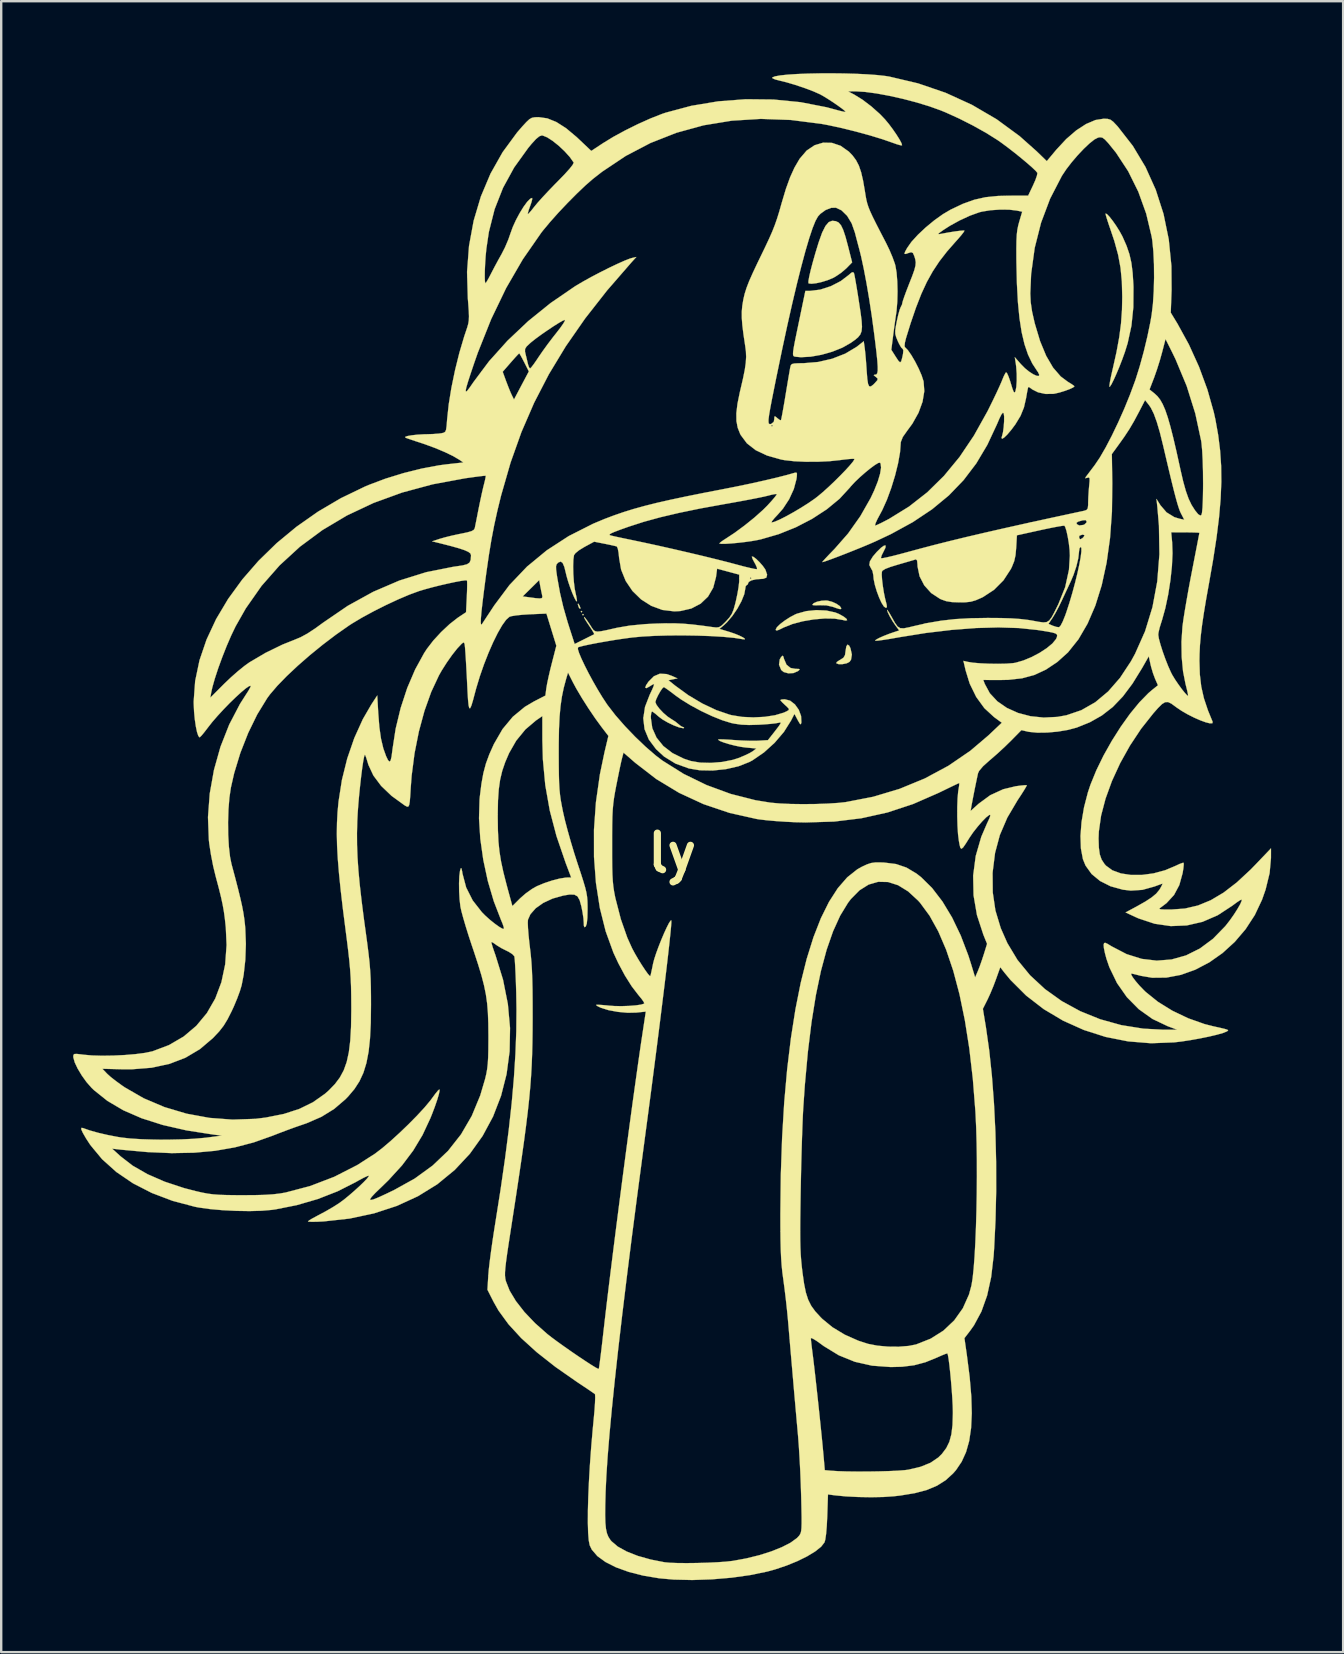
<source format=kicad_pcb>
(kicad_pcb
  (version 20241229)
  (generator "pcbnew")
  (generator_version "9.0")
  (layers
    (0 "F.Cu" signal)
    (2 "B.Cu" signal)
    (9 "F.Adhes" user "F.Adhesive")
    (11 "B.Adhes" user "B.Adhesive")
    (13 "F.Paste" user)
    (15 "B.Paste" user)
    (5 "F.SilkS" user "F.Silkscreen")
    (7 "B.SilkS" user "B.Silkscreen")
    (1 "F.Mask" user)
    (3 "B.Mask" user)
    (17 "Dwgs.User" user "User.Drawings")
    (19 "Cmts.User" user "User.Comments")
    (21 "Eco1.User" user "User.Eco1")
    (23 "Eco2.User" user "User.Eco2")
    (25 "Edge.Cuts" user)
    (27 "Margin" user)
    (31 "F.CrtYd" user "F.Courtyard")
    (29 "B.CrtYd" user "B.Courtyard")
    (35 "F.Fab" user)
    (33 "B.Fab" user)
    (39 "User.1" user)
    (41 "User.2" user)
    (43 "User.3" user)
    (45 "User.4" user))
  (footprint "ly"
    (layer "F.Cu")
    (at 24.96 32.503)
    (property "Reference" "ly" (at 0 0 0) (layer "F.SilkS") (effects (font (size 1.524 1.524) (thickness 0.3))))
    (attr through_hole)
    (fp_poly (pts (xy -3.747 -10.065) (xy -3.778 -10.033) (xy -3.81 -10.065) (xy -3.778 -10.097) (xy -3.747 -10.065)) (stroke (width 0.01) (type solid)) (fill yes) (layer "F.SilkS"))
    (fp_poly (pts (xy -3.683 -9.938) (xy -3.715 -9.906) (xy -3.747 -9.938) (xy -3.715 -9.97) (xy -3.683 -9.938)) (stroke (width 0.01) (type solid)) (fill yes) (layer "F.SilkS"))
    (fp_poly (pts (xy -3.866 -10.33) (xy -3.824 -10.225) (xy -3.828 -10.184) (xy -3.871 -10.207) (xy -3.897 -10.258) (xy -3.933 -10.378) (xy -3.919 -10.402) (xy -3.866 -10.33)) (stroke (width 0.01) (type solid)) (fill yes) (layer "F.SilkS"))
    (fp_poly (pts (xy 4.631 -8.202) (xy 4.663 -8.09) (xy 4.767 -7.851) (xy 4.937 -7.717) (xy 5.137 -7.681) (xy 5.282 -7.676) (xy 5.316 -7.653) (xy 5.257 -7.597) (xy 5.242 -7.586) (xy 5.057 -7.506) (xy 4.842 -7.494) (xy 4.648 -7.548) (xy 4.544 -7.634) (xy 4.453 -7.855) (xy 4.482 -8.072) (xy 4.531 -8.158) (xy 4.593 -8.229) (xy 4.631 -8.202)) (stroke (width 0.01) (type solid)) (fill yes) (layer "F.SilkS"))
    (fp_poly (pts (xy 7.379 -8.645) (xy 7.431 -8.537) (xy 7.489 -8.275) (xy 7.454 -8.063) (xy 7.393 -7.974) (xy 7.272 -7.911) (xy 7.099 -7.877) (xy 6.933 -7.878) (xy 6.839 -7.915) (xy 6.861 -7.966) (xy 6.97 -8.04) (xy 7.003 -8.057) (xy 7.138 -8.144) (xy 7.203 -8.258) (xy 7.227 -8.43) (xy 7.258 -8.619) (xy 7.311 -8.692) (xy 7.379 -8.645)) (stroke (width 0.01) (type solid)) (fill yes) (layer "F.SilkS"))
    (fp_poly (pts (xy 6.473 -10.524) (xy 6.662 -10.476) (xy 6.847 -10.392) (xy 6.988 -10.295) (xy 7.047 -10.208) (xy 7.032 -10.172) (xy 6.966 -10.174) (xy 6.823 -10.219) (xy 6.699 -10.264) (xy 6.428 -10.326) (xy 6.144 -10.333) (xy 5.968 -10.326) (xy 5.859 -10.338) (xy 5.842 -10.352) (xy 5.899 -10.419) (xy 6.041 -10.479) (xy 6.228 -10.519) (xy 6.419 -10.529) (xy 6.473 -10.524)) (stroke (width 0.01) (type solid)) (fill yes) (layer "F.SilkS"))
    (fp_poly (pts (xy 6.424 -10.111) (xy 6.796 -10.031) (xy 6.953 -9.967) (xy 7.152 -9.855) (xy 7.267 -9.764) (xy 7.292 -9.706) (xy 7.22 -9.693) (xy 7.101 -9.719) (xy 6.767 -9.774) (xy 6.354 -9.78) (xy 5.9 -9.741) (xy 5.441 -9.663) (xy 5.014 -9.551) (xy 4.655 -9.408) (xy 4.643 -9.402) (xy 4.46 -9.312) (xy 4.362 -9.277) (xy 4.323 -9.293) (xy 4.318 -9.33) (xy 4.37 -9.421) (xy 4.505 -9.551) (xy 4.697 -9.696) (xy 4.914 -9.836) (xy 5.13 -9.95) (xy 5.202 -9.98) (xy 5.584 -10.086) (xy 6.006 -10.129) (xy 6.424 -10.111)) (stroke (width 0.01) (type solid)) (fill yes) (layer "F.SilkS"))
    (fp_poly (pts (xy 6.82 -26.337) (xy 6.938 -26.279) (xy 7.038 -26.162) (xy 7.129 -25.971) (xy 7.223 -25.688) (xy 7.328 -25.297) (xy 7.334 -25.274) (xy 7.5 -24.619) (xy 7.258 -24.371) (xy 7.051 -24.193) (xy 6.803 -24.025) (xy 6.694 -23.966) (xy 6.478 -23.877) (xy 6.237 -23.803) (xy 6.005 -23.751) (xy 5.813 -23.729) (xy 5.696 -23.741) (xy 5.679 -23.755) (xy 5.679 -23.843) (xy 5.713 -24.032) (xy 5.775 -24.302) (xy 5.862 -24.633) (xy 5.968 -25.005) (xy 6.088 -25.399) (xy 6.108 -25.463) (xy 6.25 -25.859) (xy 6.388 -26.135) (xy 6.525 -26.297) (xy 6.667 -26.352) (xy 6.673 -26.352) (xy 6.82 -26.337)) (stroke (width 0.01) (type solid)) (fill yes) (layer "F.SilkS"))
    (fp_poly (pts (xy 7.578 -24.166) (xy 7.6 -24.073) (xy 7.636 -23.876) (xy 7.684 -23.599) (xy 7.739 -23.263) (xy 7.788 -22.946) (xy 7.854 -22.51) (xy 7.896 -22.18) (xy 7.91 -21.934) (xy 7.893 -21.751) (xy 7.839 -21.612) (xy 7.745 -21.495) (xy 7.606 -21.381) (xy 7.446 -21.267) (xy 7.097 -21.068) (xy 6.676 -20.899) (xy 6.221 -20.769) (xy 5.772 -20.689) (xy 5.367 -20.667) (xy 5.185 -20.683) (xy 5.124 -20.691) (xy 5.078 -20.702) (xy 5.048 -20.732) (xy 5.036 -20.795) (xy 5.042 -20.904) (xy 5.068 -21.076) (xy 5.114 -21.323) (xy 5.183 -21.66) (xy 5.275 -22.102) (xy 5.317 -22.304) (xy 5.551 -23.431) (xy 5.747 -23.431) (xy 6.167 -23.483) (xy 6.607 -23.625) (xy 7.022 -23.838) (xy 7.342 -24.081) (xy 7.47 -24.19) (xy 7.54 -24.214) (xy 7.578 -24.166)) (stroke (width 0.01) (type solid)) (fill yes) (layer "F.SilkS"))
    (fp_poly (pts (xy 18.118 -26.632) (xy 18.222 -26.524) (xy 18.356 -26.354) (xy 18.501 -26.147) (xy 18.64 -25.925) (xy 18.756 -25.714) (xy 18.77 -25.686) (xy 18.935 -25.312) (xy 19.055 -24.961) (xy 19.137 -24.599) (xy 19.189 -24.189) (xy 19.22 -23.696) (xy 19.224 -23.589) (xy 19.218 -22.746) (xy 19.139 -21.979) (xy 18.982 -21.256) (xy 18.869 -20.891) (xy 18.758 -20.582) (xy 18.637 -20.27) (xy 18.514 -19.978) (xy 18.401 -19.727) (xy 18.307 -19.54) (xy 18.242 -19.441) (xy 18.225 -19.431) (xy 18.222 -19.489) (xy 18.245 -19.646) (xy 18.291 -19.878) (xy 18.355 -20.163) (xy 18.359 -20.177) (xy 18.516 -20.878) (xy 18.63 -21.498) (xy 18.705 -22.071) (xy 18.745 -22.634) (xy 18.756 -23.177) (xy 18.74 -23.822) (xy 18.685 -24.392) (xy 18.584 -24.936) (xy 18.429 -25.503) (xy 18.287 -25.926) (xy 18.192 -26.203) (xy 18.117 -26.433) (xy 18.071 -26.591) (xy 18.06 -26.654) (xy 18.118 -26.632)) (stroke (width 0.01) (type solid)) (fill yes) (layer "F.SilkS"))
    (fp_poly (pts (xy -0.231 -7.464) (xy -0.014 -7.388) (xy 0.222 -7.283) (xy 0.034 -7.245) (xy -0.155 -7.207) (xy 0.129 -6.979) (xy 0.678 -6.58) (xy 1.26 -6.235) (xy 1.842 -5.96) (xy 2.392 -5.772) (xy 2.483 -5.749) (xy 2.915 -5.679) (xy 3.384 -5.658) (xy 3.853 -5.681) (xy 4.288 -5.748) (xy 4.652 -5.856) (xy 4.78 -5.915) (xy 4.858 -5.964) (xy 4.863 -6.015) (xy 4.787 -6.099) (xy 4.711 -6.167) (xy 4.587 -6.285) (xy 4.515 -6.367) (xy 4.508 -6.381) (xy 4.564 -6.404) (xy 4.694 -6.413) (xy 4.915 -6.355) (xy 5.115 -6.2) (xy 5.275 -5.977) (xy 5.372 -5.718) (xy 5.385 -5.452) (xy 5.383 -5.44) (xy 5.363 -5.371) (xy 5.324 -5.391) (xy 5.251 -5.513) (xy 5.229 -5.553) (xy 5.096 -5.804) (xy 4.952 -5.522) (xy 4.658 -5.054) (xy 4.271 -4.601) (xy 3.824 -4.196) (xy 3.349 -3.87) (xy 3.219 -3.8) (xy 2.766 -3.622) (xy 2.243 -3.502) (xy 1.691 -3.444) (xy 1.156 -3.454) (xy 0.699 -3.53) (xy 0.141 -3.732) (xy -0.334 -4.024) (xy -0.671 -4.334) (xy -0.973 -4.738) (xy -1.15 -5.166) (xy -1.203 -5.618) (xy -1.199 -5.643) (xy -0.889 -5.643) (xy -0.828 -5.21) (xy -0.652 -4.815) (xy -0.368 -4.464) (xy 0.015 -4.169) (xy 0.489 -3.936) (xy 0.779 -3.84) (xy 1.164 -3.774) (xy 1.615 -3.762) (xy 2.086 -3.801) (xy 2.53 -3.889) (xy 2.762 -3.963) (xy 3.003 -4.063) (xy 3.215 -4.163) (xy 3.354 -4.244) (xy 3.357 -4.247) (xy 3.508 -4.362) (xy 3.057 -4.404) (xy 2.843 -4.434) (xy 2.601 -4.485) (xy 2.36 -4.547) (xy 2.147 -4.613) (xy 1.991 -4.675) (xy 1.92 -4.723) (xy 1.922 -4.737) (xy 1.993 -4.744) (xy 2.161 -4.74) (xy 2.399 -4.727) (xy 2.577 -4.714) (xy 2.903 -4.694) (xy 3.232 -4.683) (xy 3.512 -4.683) (xy 3.598 -4.687) (xy 3.99 -4.71) (xy 4.294 -5.096) (xy 4.441 -5.288) (xy 4.514 -5.398) (xy 4.521 -5.444) (xy 4.468 -5.442) (xy 4.442 -5.435) (xy 4.315 -5.412) (xy 4.096 -5.387) (xy 3.818 -5.365) (xy 3.602 -5.352) (xy 3.202 -5.341) (xy 2.88 -5.355) (xy 2.587 -5.398) (xy 2.459 -5.425) (xy 2.092 -5.538) (xy 1.661 -5.711) (xy 1.204 -5.927) (xy 0.758 -6.168) (xy 0.358 -6.415) (xy 0.144 -6.568) (xy -0.061 -6.724) (xy -0.226 -6.844) (xy -0.328 -6.912) (xy -0.347 -6.921) (xy -0.407 -6.87) (xy -0.495 -6.742) (xy -0.587 -6.578) (xy -0.663 -6.419) (xy -0.698 -6.304) (xy -0.699 -6.295) (xy -0.652 -6.18) (xy -0.532 -6.02) (xy -0.368 -5.846) (xy -0.187 -5.69) (xy -0.04 -5.592) (xy 0.133 -5.482) (xy 0.252 -5.386) (xy 0.362 -5.297) (xy 0.427 -5.264) (xy 0.497 -5.239) (xy 0.485 -5.21) (xy 0.457 -5.207) (xy 0.293 -5.24) (xy 0.065 -5.326) (xy -0.182 -5.444) (xy -0.408 -5.576) (xy -0.558 -5.688) (xy -0.702 -5.813) (xy -0.81 -5.891) (xy -0.841 -5.905) (xy -0.871 -5.849) (xy -0.888 -5.707) (xy -0.889 -5.643) (xy -1.199 -5.643) (xy -1.131 -6.096) (xy -0.936 -6.6) (xy -0.933 -6.605) (xy -0.835 -6.812) (xy -0.77 -6.968) (xy -0.751 -7.045) (xy -0.755 -7.048) (xy -0.833 -7.016) (xy -0.942 -6.947) (xy -1.072 -6.876) (xy -1.121 -6.897) (xy -1.086 -6.998) (xy -0.987 -7.146) (xy -0.76 -7.373) (xy -0.513 -7.478) (xy -0.231 -7.464)) (stroke (width 0.01) (type solid)) (fill yes) (layer "F.SilkS"))
    (fp_poly (pts (xy 7.153 -32.492) (xy 7.65 -32.478) (xy 8.116 -32.456) (xy 8.534 -32.426) (xy 8.885 -32.387) (xy 9.049 -32.361) (xy 10.246 -32.079) (xy 11.396 -31.686) (xy 12.492 -31.185) (xy 13.523 -30.582) (xy 14.48 -29.88) (xy 15.188 -29.25) (xy 15.612 -28.839) (xy 16.009 -29.314) (xy 16.422 -29.759) (xy 16.839 -30.119) (xy 17.249 -30.385) (xy 17.639 -30.551) (xy 17.981 -30.606) (xy 18.145 -30.599) (xy 18.265 -30.565) (xy 18.38 -30.48) (xy 18.529 -30.323) (xy 18.573 -30.274) (xy 19.198 -29.472) (xy 19.725 -28.593) (xy 20.152 -27.646) (xy 20.476 -26.638) (xy 20.694 -25.577) (xy 20.805 -24.469) (xy 20.812 -23.472) (xy 20.778 -22.524) (xy 21.057 -22.065) (xy 21.532 -21.2) (xy 21.954 -20.271) (xy 22.305 -19.317) (xy 22.57 -18.378) (xy 22.639 -18.066) (xy 22.754 -17.423) (xy 22.833 -16.788) (xy 22.877 -16.142) (xy 22.885 -15.471) (xy 22.855 -14.759) (xy 22.789 -13.989) (xy 22.684 -13.145) (xy 22.54 -12.211) (xy 22.375 -11.271) (xy 22.252 -10.583) (xy 22.155 -9.998) (xy 22.081 -9.497) (xy 22.028 -9.061) (xy 21.994 -8.668) (xy 21.977 -8.3) (xy 21.972 -8.014) (xy 21.989 -7.45) (xy 22.048 -6.944) (xy 22.158 -6.457) (xy 22.329 -5.946) (xy 22.524 -5.47) (xy 22.51 -5.413) (xy 22.405 -5.411) (xy 22.231 -5.455) (xy 22.006 -5.537) (xy 21.751 -5.649) (xy 21.485 -5.783) (xy 21.229 -5.931) (xy 21.004 -6.083) (xy 20.977 -6.104) (xy 20.802 -6.232) (xy 20.666 -6.297) (xy 20.544 -6.293) (xy 20.412 -6.212) (xy 20.246 -6.048) (xy 20.051 -5.827) (xy 19.539 -5.18) (xy 19.076 -4.481) (xy 18.669 -3.751) (xy 18.327 -3.008) (xy 18.06 -2.273) (xy 17.874 -1.564) (xy 17.78 -0.9) (xy 17.769 -0.612) (xy 17.781 -0.234) (xy 17.82 0.05) (xy 17.896 0.267) (xy 18.016 0.45) (xy 18.08 0.522) (xy 18.346 0.715) (xy 18.699 0.844) (xy 19.118 0.908) (xy 19.579 0.907) (xy 20.061 0.842) (xy 20.542 0.712) (xy 20.974 0.53) (xy 21.15 0.448) (xy 21.276 0.404) (xy 21.315 0.402) (xy 21.319 0.475) (xy 21.303 0.636) (xy 21.272 0.831) (xy 21.134 1.33) (xy 20.914 1.742) (xy 20.601 2.082) (xy 20.385 2.245) (xy 20.318 2.294) (xy 20.306 2.325) (xy 20.369 2.341) (xy 20.522 2.348) (xy 20.784 2.349) (xy 20.802 2.349) (xy 21.367 2.308) (xy 21.911 2.181) (xy 22.445 1.961) (xy 22.98 1.643) (xy 23.53 1.219) (xy 24.106 0.684) (xy 24.317 0.467) (xy 24.955 -0.201) (xy 24.954 0.201) (xy 24.897 0.832) (xy 24.729 1.519) (xy 24.582 1.938) (xy 24.28 2.578) (xy 23.896 3.168) (xy 23.443 3.699) (xy 22.934 4.163) (xy 22.381 4.552) (xy 21.798 4.857) (xy 21.199 5.071) (xy 20.595 5.185) (xy 20 5.191) (xy 19.536 5.112) (xy 19.336 5.061) (xy 19.191 5.026) (xy 19.139 5.016) (xy 19.128 5.058) (xy 19.191 5.169) (xy 19.31 5.328) (xy 19.469 5.514) (xy 19.653 5.705) (xy 19.731 5.781) (xy 20.242 6.193) (xy 20.845 6.566) (xy 21.505 6.881) (xy 22.189 7.123) (xy 22.543 7.213) (xy 22.841 7.279) (xy 23.033 7.325) (xy 23.136 7.357) (xy 23.169 7.382) (xy 23.148 7.408) (xy 23.105 7.433) (xy 22.949 7.495) (xy 22.694 7.567) (xy 22.368 7.644) (xy 21.996 7.72) (xy 21.607 7.79) (xy 21.227 7.848) (xy 20.918 7.884) (xy 19.956 7.921) (xy 19 7.843) (xy 18.061 7.657) (xy 17.154 7.367) (xy 16.291 6.98) (xy 15.486 6.501) (xy 14.752 5.935) (xy 14.103 5.287) (xy 13.836 4.964) (xy 13.673 4.752) (xy 13.496 5.249) (xy 13.384 5.546) (xy 13.256 5.853) (xy 13.139 6.107) (xy 13.134 6.116) (xy 12.948 6.486) (xy 13.076 7.259) (xy 13.213 8.223) (xy 13.325 9.287) (xy 13.411 10.429) (xy 13.47 11.623) (xy 13.5 12.848) (xy 13.503 14.077) (xy 13.475 15.289) (xy 13.418 16.459) (xy 13.395 16.796) (xy 13.293 17.666) (xy 13.125 18.433) (xy 12.887 19.101) (xy 12.578 19.675) (xy 12.418 19.9) (xy 12.18 20.21) (xy 12.281 20.916) (xy 12.397 21.83) (xy 12.466 22.636) (xy 12.486 23.342) (xy 12.457 23.958) (xy 12.378 24.494) (xy 12.247 24.958) (xy 12.064 25.36) (xy 11.827 25.71) (xy 11.705 25.849) (xy 11.396 26.131) (xy 11.039 26.357) (xy 10.618 26.534) (xy 10.114 26.669) (xy 9.511 26.768) (xy 9.239 26.799) (xy 8.805 26.829) (xy 8.294 26.839) (xy 7.755 26.83) (xy 7.237 26.804) (xy 6.787 26.761) (xy 6.755 26.757) (xy 6.493 26.722) (xy 6.463 27.632) (xy 6.443 28.04) (xy 6.415 28.371) (xy 6.381 28.607) (xy 6.349 28.719) (xy 6.208 28.901) (xy 5.961 29.098) (xy 5.627 29.301) (xy 5.224 29.5) (xy 4.771 29.685) (xy 4.286 29.848) (xy 3.969 29.935) (xy 3.26 30.082) (xy 2.475 30.192) (xy 1.655 30.261) (xy 0.839 30.289) (xy 0.065 30.271) (xy -0.54 30.217) (xy -1.209 30.105) (xy -1.812 29.951) (xy -2.338 29.761) (xy -2.777 29.539) (xy -3.118 29.291) (xy -3.349 29.022) (xy -3.436 28.841) (xy -3.476 28.637) (xy -3.501 28.32) (xy -3.513 27.904) (xy -3.511 27.579) (xy -2.792 27.579) (xy -2.783 27.903) (xy -2.759 28.15) (xy -2.718 28.34) (xy -2.658 28.489) (xy -2.577 28.615) (xy -2.528 28.674) (xy -2.267 28.896) (xy -1.897 29.101) (xy -1.433 29.284) (xy -0.892 29.436) (xy -0.318 29.549) (xy -0.095 29.57) (xy 0.225 29.582) (xy 0.612 29.585) (xy 1.037 29.58) (xy 1.47 29.568) (xy 1.88 29.549) (xy 2.24 29.524) (xy 2.518 29.493) (xy 2.52 29.493) (xy 3.087 29.389) (xy 3.631 29.255) (xy 4.133 29.096) (xy 4.574 28.919) (xy 4.935 28.733) (xy 5.197 28.543) (xy 5.281 28.455) (xy 5.323 28.397) (xy 5.354 28.333) (xy 5.376 28.245) (xy 5.389 28.116) (xy 5.395 27.929) (xy 5.395 27.668) (xy 5.388 27.316) (xy 5.378 26.855) (xy 5.376 26.797) (xy 5.36 26.291) (xy 5.338 25.752) (xy 5.31 25.218) (xy 5.28 24.727) (xy 5.249 24.317) (xy 5.244 24.257) (xy 5.199 23.757) (xy 5.145 23.148) (xy 5.083 22.445) (xy 5.016 21.665) (xy 4.943 20.825) (xy 4.891 20.214) (xy 5.779 20.214) (xy 5.786 20.306) (xy 5.807 20.495) (xy 5.839 20.753) (xy 5.873 21.021) (xy 5.909 21.32) (xy 5.955 21.72) (xy 6.008 22.194) (xy 6.065 22.715) (xy 6.123 23.258) (xy 6.179 23.796) (xy 6.231 24.304) (xy 6.275 24.755) (xy 6.309 25.122) (xy 6.318 25.222) (xy 6.36 25.711) (xy 6.625 25.735) (xy 6.915 25.753) (xy 7.284 25.765) (xy 7.707 25.77) (xy 8.157 25.769) (xy 8.607 25.762) (xy 9.031 25.75) (xy 9.402 25.733) (xy 9.692 25.711) (xy 9.845 25.691) (xy 10.358 25.569) (xy 10.768 25.402) (xy 11.092 25.182) (xy 11.243 25.032) (xy 11.423 24.792) (xy 11.552 24.528) (xy 11.636 24.216) (xy 11.683 23.83) (xy 11.698 23.347) (xy 11.698 23.275) (xy 11.691 23.019) (xy 11.674 22.705) (xy 11.65 22.355) (xy 11.62 21.994) (xy 11.587 21.645) (xy 11.553 21.332) (xy 11.52 21.078) (xy 11.49 20.908) (xy 11.469 20.846) (xy 11.406 20.861) (xy 11.26 20.919) (xy 11.06 21.007) (xy 11.043 21.015) (xy 10.557 21.213) (xy 10.086 21.339) (xy 9.582 21.402) (xy 9.112 21.414) (xy 8.33 21.357) (xy 7.612 21.195) (xy 6.946 20.925) (xy 6.317 20.541) (xy 6.207 20.46) (xy 6.015 20.322) (xy 5.867 20.233) (xy 5.787 20.205) (xy 5.779 20.214) (xy 4.891 20.214) (xy 4.868 19.943) (xy 4.824 19.431) (xy 4.786 19.038) (xy 4.736 18.581) (xy 4.68 18.121) (xy 4.633 17.772) (xy 4.593 17.474) (xy 4.563 17.178) (xy 4.541 16.862) (xy 4.525 16.505) (xy 4.515 16.084) (xy 4.512 15.759) (xy 5.336 15.759) (xy 5.338 16.13) (xy 5.345 16.443) (xy 5.357 16.716) (xy 5.376 16.967) (xy 5.4 17.213) (xy 5.429 17.463) (xy 5.496 17.935) (xy 5.571 18.307) (xy 5.667 18.606) (xy 5.794 18.861) (xy 5.965 19.097) (xy 6.191 19.342) (xy 6.258 19.409) (xy 6.682 19.757) (xy 7.194 20.066) (xy 7.759 20.317) (xy 8.164 20.448) (xy 8.552 20.523) (xy 8.993 20.563) (xy 9.444 20.567) (xy 9.858 20.534) (xy 10.164 20.473) (xy 10.773 20.232) (xy 11.306 19.895) (xy 11.755 19.469) (xy 12.113 18.965) (xy 12.37 18.391) (xy 12.472 18.015) (xy 12.521 17.717) (xy 12.564 17.309) (xy 12.602 16.807) (xy 12.634 16.229) (xy 12.66 15.592) (xy 12.68 14.911) (xy 12.693 14.205) (xy 12.699 13.489) (xy 12.698 12.781) (xy 12.688 12.098) (xy 12.67 11.456) (xy 12.643 10.872) (xy 12.637 10.763) (xy 12.53 9.407) (xy 12.383 8.138) (xy 12.197 6.961) (xy 11.974 5.88) (xy 11.714 4.9) (xy 11.418 4.024) (xy 11.089 3.257) (xy 10.727 2.605) (xy 10.333 2.07) (xy 10.248 1.975) (xy 9.833 1.593) (xy 9.414 1.335) (xy 8.997 1.202) (xy 8.587 1.193) (xy 8.188 1.308) (xy 7.808 1.547) (xy 7.45 1.909) (xy 7.327 2.07) (xy 7.001 2.605) (xy 6.705 3.256) (xy 6.437 4.024) (xy 6.199 4.909) (xy 5.989 5.914) (xy 5.808 7.038) (xy 5.655 8.284) (xy 5.53 9.652) (xy 5.462 10.636) (xy 5.445 10.958) (xy 5.428 11.383) (xy 5.41 11.889) (xy 5.393 12.451) (xy 5.377 13.047) (xy 5.364 13.654) (xy 5.355 14.13) (xy 5.345 14.777) (xy 5.338 15.314) (xy 5.336 15.759) (xy 4.512 15.759) (xy 4.51 15.578) (xy 4.509 15.041) (xy 4.528 13.407) (xy 4.582 11.853) (xy 4.67 10.383) (xy 4.793 9) (xy 4.949 7.707) (xy 5.137 6.508) (xy 5.357 5.405) (xy 5.607 4.403) (xy 5.888 3.504) (xy 6.198 2.711) (xy 6.537 2.028) (xy 6.903 1.459) (xy 7.297 1.006) (xy 7.716 0.673) (xy 7.907 0.566) (xy 8.12 0.467) (xy 8.292 0.41) (xy 8.469 0.386) (xy 8.702 0.386) (xy 8.838 0.392) (xy 9.33 0.453) (xy 9.765 0.601) (xy 10.18 0.849) (xy 10.375 1.001) (xy 10.831 1.451) (xy 11.263 2.014) (xy 11.664 2.679) (xy 12.026 3.433) (xy 12.343 4.266) (xy 12.451 4.604) (xy 12.625 5.175) (xy 12.736 4.921) (xy 12.813 4.727) (xy 12.904 4.469) (xy 12.985 4.223) (xy 13.123 3.779) (xy 12.969 3.399) (xy 12.702 2.583) (xy 12.56 1.758) (xy 12.543 0.934) (xy 12.65 0.118) (xy 12.882 -0.683) (xy 13.113 -1.221) (xy 13.214 -1.438) (xy 13.258 -1.559) (xy 13.248 -1.6) (xy 13.208 -1.587) (xy 13.083 -1.49) (xy 12.913 -1.317) (xy 12.724 -1.098) (xy 12.541 -0.865) (xy 12.395 -0.651) (xy 12.233 -0.393) (xy 12.125 -0.238) (xy 12.056 -0.182) (xy 12.011 -0.221) (xy 11.977 -0.35) (xy 11.947 -0.517) (xy 11.913 -0.791) (xy 11.891 -1.143) (xy 11.88 -1.534) (xy 11.881 -1.758) (xy 12.436 -1.758) (xy 12.775 -2.063) (xy 13.255 -2.415) (xy 13.794 -2.663) (xy 14.317 -2.789) (xy 14.538 -2.818) (xy 14.703 -2.833) (xy 14.778 -2.832) (xy 14.779 -2.832) (xy 14.754 -2.774) (xy 14.671 -2.633) (xy 14.543 -2.431) (xy 14.394 -2.206) (xy 13.967 -1.482) (xy 13.656 -0.758) (xy 13.456 -0.012) (xy 13.357 0.78) (xy 13.353 0.84) (xy 13.36 1.637) (xy 13.471 2.389) (xy 13.693 3.124) (xy 13.968 3.747) (xy 14.39 4.449) (xy 14.916 5.09) (xy 15.534 5.663) (xy 16.234 6.164) (xy 17.005 6.585) (xy 17.835 6.921) (xy 18.715 7.166) (xy 19.633 7.313) (xy 20.447 7.357) (xy 21.05 7.359) (xy 20.654 7.212) (xy 20.016 6.909) (xy 19.445 6.502) (xy 18.95 6.001) (xy 18.539 5.415) (xy 18.219 4.753) (xy 18.098 4.401) (xy 18.034 4.161) (xy 17.992 3.955) (xy 17.981 3.823) (xy 17.981 3.816) (xy 18 3.749) (xy 18.045 3.734) (xy 18.142 3.778) (xy 18.318 3.885) (xy 18.32 3.886) (xy 18.94 4.208) (xy 19.567 4.405) (xy 20.194 4.479) (xy 20.811 4.43) (xy 21.413 4.261) (xy 21.992 3.973) (xy 22.538 3.568) (xy 23.046 3.046) (xy 23.072 3.015) (xy 23.246 2.791) (xy 23.414 2.552) (xy 23.56 2.322) (xy 23.672 2.126) (xy 23.732 1.987) (xy 23.734 1.933) (xy 23.675 1.955) (xy 23.544 2.04) (xy 23.367 2.17) (xy 23.338 2.192) (xy 22.734 2.587) (xy 22.101 2.861) (xy 21.446 3.011) (xy 20.779 3.039) (xy 20.105 2.941) (xy 19.433 2.718) (xy 19.306 2.661) (xy 18.895 2.47) (xy 19.37 2.214) (xy 19.726 2.012) (xy 19.985 1.842) (xy 20.17 1.688) (xy 20.299 1.532) (xy 20.339 1.468) (xy 20.409 1.339) (xy 20.436 1.272) (xy 20.435 1.27) (xy 20.37 1.29) (xy 20.223 1.343) (xy 20.098 1.389) (xy 19.596 1.529) (xy 19.114 1.56) (xy 18.783 1.522) (xy 18.269 1.38) (xy 17.831 1.159) (xy 17.479 0.868) (xy 17.226 0.516) (xy 17.117 0.249) (xy 17.034 -0.193) (xy 17.016 -0.718) (xy 17.06 -1.299) (xy 17.164 -1.913) (xy 17.325 -2.533) (xy 17.433 -2.857) (xy 17.676 -3.452) (xy 17.976 -4.067) (xy 18.321 -4.68) (xy 18.694 -5.268) (xy 19.082 -5.811) (xy 19.47 -6.284) (xy 19.844 -6.667) (xy 19.994 -6.796) (xy 20.244 -6.996) (xy 20.125 -7.266) (xy 20.038 -7.498) (xy 19.959 -7.766) (xy 19.934 -7.87) (xy 19.862 -8.204) (xy 19.582 -7.712) (xy 19.182 -7.064) (xy 18.78 -6.528) (xy 18.36 -6.09) (xy 17.907 -5.738) (xy 17.407 -5.455) (xy 16.859 -5.234) (xy 16.49 -5.136) (xy 16.066 -5.065) (xy 15.628 -5.026) (xy 15.218 -5.021) (xy 14.877 -5.054) (xy 14.817 -5.066) (xy 14.554 -5.127) (xy 14.119 -4.685) (xy 13.86 -4.432) (xy 13.565 -4.159) (xy 13.288 -3.917) (xy 13.232 -3.871) (xy 12.954 -3.621) (xy 12.789 -3.425) (xy 12.743 -3.321) (xy 12.672 -2.984) (xy 12.601 -2.639) (xy 12.539 -2.323) (xy 12.492 -2.076) (xy 12.479 -2.006) (xy 12.436 -1.758) (xy 11.881 -1.758) (xy 11.881 -1.927) (xy 11.894 -2.284) (xy 11.919 -2.567) (xy 11.932 -2.651) (xy 11.959 -2.815) (xy 11.965 -2.91) (xy 11.96 -2.921) (xy 11.897 -2.895) (xy 11.742 -2.822) (xy 11.513 -2.712) (xy 11.233 -2.576) (xy 11.095 -2.509) (xy 10.04 -2.048) (xy 8.976 -1.697) (xy 7.886 -1.455) (xy 6.755 -1.317) (xy 5.563 -1.28) (xy 5.147 -1.289) (xy 4.739 -1.309) (xy 4.324 -1.337) (xy 3.94 -1.371) (xy 3.628 -1.408) (xy 3.524 -1.424) (xy 2.389 -1.678) (xy 1.308 -2.043) (xy 0.289 -2.514) (xy -0.663 -3.09) (xy -1.541 -3.768) (xy -1.564 -3.788) (xy -2.027 -4.191) (xy -2.09 -3.953) (xy -2.126 -3.803) (xy -2.179 -3.56) (xy -2.242 -3.253) (xy -2.31 -2.913) (xy -2.328 -2.826) (xy -2.383 -2.536) (xy -2.425 -2.285) (xy -2.455 -2.049) (xy -2.477 -1.802) (xy -2.491 -1.52) (xy -2.498 -1.18) (xy -2.502 -0.755) (xy -2.502 -0.349) (xy -2.502 0.164) (xy -2.498 0.571) (xy -2.489 0.896) (xy -2.474 1.159) (xy -2.452 1.383) (xy -2.421 1.59) (xy -2.381 1.801) (xy -2.364 1.88) (xy -2.139 2.751) (xy -1.869 3.521) (xy -1.667 3.969) (xy -1.55 4.186) (xy -1.411 4.425) (xy -1.265 4.66) (xy -1.126 4.87) (xy -1.011 5.03) (xy -0.933 5.117) (xy -0.912 5.124) (xy -0.891 5.057) (xy -0.855 4.895) (xy -0.809 4.672) (xy -0.797 4.609) (xy -0.748 4.419) (xy -0.668 4.174) (xy -0.566 3.896) (xy -0.452 3.608) (xy -0.335 3.332) (xy -0.224 3.092) (xy -0.131 2.91) (xy -0.063 2.81) (xy -0.036 2.8) (xy -0.033 2.873) (xy -0.046 3.065) (xy -0.075 3.367) (xy -0.118 3.773) (xy -0.174 4.276) (xy -0.243 4.866) (xy -0.324 5.538) (xy -0.416 6.284) (xy -0.517 7.097) (xy -0.627 7.968) (xy -0.746 8.891) (xy -0.871 9.857) (xy -1.003 10.861) (xy -1.141 11.893) (xy -1.206 12.383) (xy -1.46 14.297) (xy -1.692 16.086) (xy -1.901 17.752) (xy -2.088 19.293) (xy -2.253 20.71) (xy -2.395 22.004) (xy -2.515 23.174) (xy -2.613 24.222) (xy -2.689 25.147) (xy -2.742 25.949) (xy -2.774 26.63) (xy -2.774 26.639) (xy -2.788 27.164) (xy -2.792 27.579) (xy -3.511 27.579) (xy -3.511 27.399) (xy -3.495 26.821) (xy -3.467 26.181) (xy -3.427 25.493) (xy -3.375 24.77) (xy -3.311 24.024) (xy -3.264 23.533) (xy -3.234 23.199) (xy -3.215 22.911) (xy -3.207 22.691) (xy -3.212 22.563) (xy -3.219 22.541) (xy -3.289 22.491) (xy -3.443 22.385) (xy -3.66 22.239) (xy -3.919 22.066) (xy -3.969 22.033) (xy -4.866 21.407) (xy -5.639 20.799) (xy -6.291 20.207) (xy -6.822 19.628) (xy -7.235 19.062) (xy -7.438 18.704) (xy -7.697 18.193) (xy -7.662 17.605) (xy -6.966 17.605) (xy -6.955 17.717) (xy -6.935 17.816) (xy -6.931 17.83) (xy -6.774 18.23) (xy -6.512 18.665) (xy -6.156 19.121) (xy -5.716 19.583) (xy -5.204 20.037) (xy -5.204 20.037) (xy -5.017 20.183) (xy -4.775 20.362) (xy -4.497 20.561) (xy -4.2 20.769) (xy -3.903 20.972) (xy -3.624 21.158) (xy -3.383 21.315) (xy -3.196 21.43) (xy -3.083 21.49) (xy -3.059 21.495) (xy -3.045 21.428) (xy -3.02 21.253) (xy -2.986 20.989) (xy -2.945 20.655) (xy -2.9 20.269) (xy -2.883 20.118) (xy -2.798 19.378) (xy -2.699 18.541) (xy -2.587 17.622) (xy -2.465 16.641) (xy -2.335 15.615) (xy -2.2 14.562) (xy -2.062 13.5) (xy -1.923 12.447) (xy -1.786 11.42) (xy -1.653 10.438) (xy -1.525 9.519) (xy -1.407 8.68) (xy -1.3 7.939) (xy -1.245 7.575) (xy -1.098 6.602) (xy -1.493 6.643) (xy -1.854 6.651) (xy -2.259 6.614) (xy -2.652 6.542) (xy -2.974 6.441) (xy -3.109 6.376) (xy -3.17 6.329) (xy -3.169 6.323) (xy -3.098 6.317) (xy -2.933 6.326) (xy -2.705 6.346) (xy -2.628 6.355) (xy -2.372 6.372) (xy -2.079 6.374) (xy -1.782 6.364) (xy -1.511 6.342) (xy -1.298 6.311) (xy -1.174 6.272) (xy -1.162 6.263) (xy -1.183 6.202) (xy -1.272 6.075) (xy -1.408 5.909) (xy -1.413 5.903) (xy -1.686 5.547) (xy -1.969 5.098) (xy -2.242 4.588) (xy -2.448 4.145) (xy -2.77 3.257) (xy -3.013 2.286) (xy -3.175 1.246) (xy -3.257 0.153) (xy -3.258 -0.976) (xy -3.176 -2.128) (xy -3.011 -3.285) (xy -2.82 -4.202) (xy -2.657 -4.886) (xy -2.939 -5.253) (xy -3.205 -5.617) (xy -3.486 -6.032) (xy -3.758 -6.459) (xy -3.994 -6.858) (xy -4.131 -7.112) (xy -4.34 -7.525) (xy -4.419 -7.259) (xy -4.518 -6.892) (xy -4.595 -6.522) (xy -4.652 -6.127) (xy -4.692 -5.686) (xy -4.716 -5.176) (xy -4.726 -4.575) (xy -4.727 -4.159) (xy -4.725 -3.655) (xy -4.72 -3.254) (xy -4.711 -2.933) (xy -4.696 -2.666) (xy -4.673 -2.431) (xy -4.641 -2.204) (xy -4.596 -1.96) (xy -4.547 -1.714) (xy -4.469 -1.374) (xy -4.358 -0.951) (xy -4.226 -0.483) (xy -4.083 -0.007) (xy -3.948 0.413) (xy -3.807 0.839) (xy -3.702 1.169) (xy -3.626 1.425) (xy -3.576 1.631) (xy -3.546 1.811) (xy -3.531 1.986) (xy -3.526 2.182) (xy -3.525 2.33) (xy -3.533 2.695) (xy -3.558 2.936) (xy -3.601 3.055) (xy -3.604 3.058) (xy -3.656 3.086) (xy -3.679 3.02) (xy -3.683 2.899) (xy -3.697 2.712) (xy -3.735 2.46) (xy -3.783 2.219) (xy -3.855 1.959) (xy -3.945 1.8) (xy -4.078 1.727) (xy -4.282 1.724) (xy -4.543 1.768) (xy -4.984 1.892) (xy -5.371 2.072) (xy -5.685 2.294) (xy -5.907 2.545) (xy -6.009 2.773) (xy -6.016 2.895) (xy -6.008 3.116) (xy -5.985 3.409) (xy -5.95 3.746) (xy -5.931 3.901) (xy -5.894 4.22) (xy -5.865 4.536) (xy -5.844 4.871) (xy -5.829 5.246) (xy -5.819 5.683) (xy -5.815 6.202) (xy -5.814 6.825) (xy -5.814 6.89) (xy -5.817 7.422) (xy -5.824 7.917) (xy -5.836 8.386) (xy -5.854 8.842) (xy -5.88 9.296) (xy -5.915 9.762) (xy -5.96 10.251) (xy -6.017 10.776) (xy -6.087 11.347) (xy -6.17 11.979) (xy -6.269 12.682) (xy -6.385 13.47) (xy -6.518 14.353) (xy -6.671 15.345) (xy -6.736 15.767) (xy -6.817 16.292) (xy -6.879 16.709) (xy -6.923 17.032) (xy -6.951 17.279) (xy -6.965 17.464) (xy -6.966 17.605) (xy -7.662 17.605) (xy -7.661 17.59) (xy -7.641 17.352) (xy -7.602 17.015) (xy -7.549 16.607) (xy -7.485 16.154) (xy -7.413 15.683) (xy -7.373 15.431) (xy -7.151 14.024) (xy -6.964 12.727) (xy -6.809 11.526) (xy -6.686 10.408) (xy -6.594 9.36) (xy -6.531 8.369) (xy -6.495 7.422) (xy -6.487 6.506) (xy -6.498 5.805) (xy -6.511 5.39) (xy -6.526 5.015) (xy -6.542 4.698) (xy -6.557 4.46) (xy -6.572 4.321) (xy -6.577 4.297) (xy -6.656 4.21) (xy -6.81 4.11) (xy -6.9 4.066) (xy -7.109 3.961) (xy -7.297 3.847) (xy -7.347 3.811) (xy -7.465 3.729) (xy -7.532 3.701) (xy -7.534 3.703) (xy -7.523 3.768) (xy -7.477 3.924) (xy -7.402 4.143) (xy -7.361 4.259) (xy -7.047 5.276) (xy -6.846 6.288) (xy -6.756 7.285) (xy -6.774 8.261) (xy -6.9 9.207) (xy -7.131 10.114) (xy -7.464 10.976) (xy -7.898 11.782) (xy -8.43 12.526) (xy -9.059 13.199) (xy -9.782 13.793) (xy -9.796 13.803) (xy -10.591 14.294) (xy -11.47 14.698) (xy -12.424 15.01) (xy -13.443 15.227) (xy -14.516 15.345) (xy -14.526 15.346) (xy -14.795 15.359) (xy -15.011 15.362) (xy -15.145 15.356) (xy -15.177 15.346) (xy -15.124 15.3) (xy -14.984 15.216) (xy -14.783 15.108) (xy -14.716 15.073) (xy -14.43 14.92) (xy -14.127 14.744) (xy -13.881 14.587) (xy -13.695 14.451) (xy -13.48 14.276) (xy -13.254 14.081) (xy -13.038 13.885) (xy -12.85 13.704) (xy -12.711 13.557) (xy -12.641 13.463) (xy -12.638 13.44) (xy -12.703 13.455) (xy -12.851 13.524) (xy -13.058 13.634) (xy -13.193 13.711) (xy -13.936 14.088) (xy -14.762 14.411) (xy -15.638 14.666) (xy -16.527 14.843) (xy -16.682 14.865) (xy -17.104 14.901) (xy -17.612 14.915) (xy -18.167 14.906) (xy -18.73 14.878) (xy -19.262 14.831) (xy -19.726 14.766) (xy -19.888 14.735) (xy -20.823 14.487) (xy -21.684 14.16) (xy -22.466 13.759) (xy -23.159 13.288) (xy -23.755 12.753) (xy -24.119 12.314) (xy -23.336 12.314) (xy -22.988 12.631) (xy -22.481 13.023) (xy -21.862 13.378) (xy -21.144 13.691) (xy -20.339 13.957) (xy -19.845 14.085) (xy -19.582 14.145) (xy -19.351 14.188) (xy -19.122 14.218) (xy -18.866 14.237) (xy -18.556 14.247) (xy -18.163 14.252) (xy -17.907 14.253) (xy -17.392 14.25) (xy -16.979 14.239) (xy -16.641 14.217) (xy -16.354 14.184) (xy -16.112 14.142) (xy -15.087 13.872) (xy -14.082 13.487) (xy -13.12 12.996) (xy -12.383 12.523) (xy -12.082 12.293) (xy -11.734 11.997) (xy -11.362 11.658) (xy -10.987 11.298) (xy -10.634 10.94) (xy -10.325 10.606) (xy -10.083 10.317) (xy -10.001 10.207) (xy -9.869 10.027) (xy -9.763 9.897) (xy -9.704 9.844) (xy -9.703 9.844) (xy -9.691 9.898) (xy -9.723 10.049) (xy -9.791 10.278) (xy -9.889 10.564) (xy -10.012 10.888) (xy -10.077 11.048) (xy -10.403 11.746) (xy -10.792 12.393) (xy -11.259 13.013) (xy -11.823 13.63) (xy -12.133 13.932) (xy -12.369 14.159) (xy -12.522 14.322) (xy -12.589 14.42) (xy -12.565 14.455) (xy -12.446 14.428) (xy -12.226 14.339) (xy -11.902 14.189) (xy -11.581 14.034) (xy -10.728 13.56) (xy -9.982 13.018) (xy -9.339 12.406) (xy -8.797 11.717) (xy -8.351 10.95) (xy -7.998 10.098) (xy -7.795 9.411) (xy -7.745 9.199) (xy -7.709 8.996) (xy -7.684 8.778) (xy -7.668 8.518) (xy -7.66 8.192) (xy -7.657 7.774) (xy -7.657 7.588) (xy -7.662 7.084) (xy -7.678 6.65) (xy -7.71 6.26) (xy -7.762 5.889) (xy -7.839 5.511) (xy -7.945 5.101) (xy -8.087 4.634) (xy -8.267 4.083) (xy -8.349 3.842) (xy -8.481 3.441) (xy -8.602 3.053) (xy -8.705 2.702) (xy -8.782 2.417) (xy -8.824 2.225) (xy -8.824 2.223) (xy -8.858 1.925) (xy -8.877 1.589) (xy -8.881 1.253) (xy -8.869 0.956) (xy -8.841 0.737) (xy -8.831 0.699) (xy -8.802 0.622) (xy -8.778 0.64) (xy -8.751 0.765) (xy -8.737 0.854) (xy -8.584 1.43) (xy -8.312 1.969) (xy -7.926 2.463) (xy -7.791 2.599) (xy -7.589 2.78) (xy -7.385 2.943) (xy -7.204 3.072) (xy -7.07 3.148) (xy -7.009 3.157) (xy -7.017 3.088) (xy -7.067 2.939) (xy -7.131 2.786) (xy -7.434 2.001) (xy -7.683 1.155) (xy -7.871 0.278) (xy -7.995 -0.599) (xy -8.048 -1.445) (xy -8.047 -1.492) (xy -7.268 -1.492) (xy -7.261 -0.955) (xy -7.24 -0.495) (xy -7.198 -0.076) (xy -7.131 0.341) (xy -7.034 0.791) (xy -6.901 1.312) (xy -6.851 1.499) (xy -6.658 2.205) (xy -6.329 1.876) (xy -6.102 1.678) (xy -5.841 1.492) (xy -5.641 1.378) (xy -5.333 1.25) (xy -5.001 1.139) (xy -4.685 1.058) (xy -4.429 1.018) (xy -4.376 1.016) (xy -4.207 1.016) (xy -4.441 0.397) (xy -4.82 -0.711) (xy -5.1 -1.777) (xy -5.287 -2.833) (xy -5.387 -3.908) (xy -5.409 -4.714) (xy -5.41 -5.712) (xy -5.674 -5.531) (xy -6.115 -5.157) (xy -6.498 -4.689) (xy -6.794 -4.172) (xy -6.958 -3.791) (xy -7.081 -3.431) (xy -7.169 -3.062) (xy -7.226 -2.657) (xy -7.258 -2.189) (xy -7.268 -1.628) (xy -7.268 -1.492) (xy -8.047 -1.492) (xy -8.026 -2.231) (xy -8.014 -2.36) (xy -7.948 -2.891) (xy -7.867 -3.336) (xy -7.761 -3.733) (xy -7.618 -4.123) (xy -7.428 -4.546) (xy -7.424 -4.554) (xy -7.068 -5.17) (xy -6.64 -5.684) (xy -6.137 -6.099) (xy -5.761 -6.321) (xy -5.283 -6.567) (xy -5.242 -6.88) (xy -5.209 -7.07) (xy -5.151 -7.344) (xy -5.078 -7.66) (xy -5.013 -7.918) (xy -4.862 -8.505) (xy -3.93 -8.505) (xy -3.88 -8.344) (xy -3.782 -8.11) (xy -3.646 -7.822) (xy -3.482 -7.499) (xy -3.298 -7.159) (xy -3.103 -6.819) (xy -2.908 -6.498) (xy -2.722 -6.215) (xy -2.683 -6.16) (xy -2.362 -5.745) (xy -1.971 -5.298) (xy -1.54 -4.849) (xy -1.098 -4.427) (xy -0.674 -4.062) (xy -0.404 -3.857) (xy 0.479 -3.303) (xy 1.436 -2.837) (xy 2.442 -2.468) (xy 3.469 -2.207) (xy 4.096 -2.105) (xy 4.472 -2.071) (xy 4.937 -2.05) (xy 5.453 -2.043) (xy 5.985 -2.048) (xy 6.494 -2.066) (xy 6.943 -2.096) (xy 7.231 -2.128) (xy 8.373 -2.349) (xy 9.475 -2.679) (xy 10.526 -3.112) (xy 11.514 -3.643) (xy 12.427 -4.268) (xy 13.173 -4.902) (xy 13.737 -5.435) (xy 13.412 -5.673) (xy 13.01 -6.043) (xy 12.67 -6.511) (xy 12.402 -7.059) (xy 12.352 -7.218) (xy 12.965 -7.218) (xy 13.027 -7.054) (xy 13.238 -6.664) (xy 13.551 -6.328) (xy 13.948 -6.053) (xy 14.414 -5.843) (xy 14.931 -5.707) (xy 15.484 -5.65) (xy 16.055 -5.679) (xy 16.432 -5.747) (xy 17.052 -5.958) (xy 17.632 -6.289) (xy 18.17 -6.739) (xy 18.665 -7.307) (xy 19.117 -7.992) (xy 19.289 -8.306) (xy 19.646 -9.108) (xy 20.256 -9.108) (xy 20.28 -8.949) (xy 20.345 -8.706) (xy 20.438 -8.412) (xy 20.55 -8.098) (xy 20.668 -7.798) (xy 20.782 -7.543) (xy 20.84 -7.429) (xy 20.957 -7.237) (xy 21.097 -7.031) (xy 21.24 -6.835) (xy 21.368 -6.675) (xy 21.462 -6.575) (xy 21.5 -6.557) (xy 21.494 -6.622) (xy 21.461 -6.78) (xy 21.407 -6.997) (xy 21.393 -7.05) (xy 21.29 -7.574) (xy 21.233 -8.175) (xy 21.224 -8.81) (xy 21.265 -9.438) (xy 21.268 -9.461) (xy 21.302 -9.715) (xy 21.357 -10.066) (xy 21.429 -10.488) (xy 21.511 -10.954) (xy 21.601 -11.436) (xy 21.658 -11.73) (xy 21.742 -12.163) (xy 21.818 -12.553) (xy 21.882 -12.884) (xy 21.931 -13.138) (xy 21.962 -13.298) (xy 21.971 -13.349) (xy 21.912 -13.357) (xy 21.754 -13.364) (xy 21.525 -13.368) (xy 21.383 -13.369) (xy 20.796 -13.371) (xy 20.835 -12.956) (xy 20.851 -12.5) (xy 20.826 -11.961) (xy 20.764 -11.375) (xy 20.671 -10.779) (xy 20.551 -10.208) (xy 20.409 -9.698) (xy 20.38 -9.61) (xy 20.312 -9.39) (xy 20.268 -9.199) (xy 20.256 -9.108) (xy 19.646 -9.108) (xy 19.707 -9.246) (xy 20.015 -10.252) (xy 20.215 -11.322) (xy 20.305 -12.457) (xy 20.285 -13.656) (xy 20.22 -14.415) (xy 20.182 -14.764) (xy 20.347 -14.499) (xy 20.602 -14.202) (xy 20.927 -14.003) (xy 21.131 -13.94) (xy 21.34 -13.896) (xy 21.206 -14.153) (xy 21.161 -14.249) (xy 21.113 -14.381) (xy 21.057 -14.558) (xy 20.991 -14.794) (xy 20.911 -15.099) (xy 20.815 -15.486) (xy 20.7 -15.965) (xy 20.562 -16.55) (xy 20.46 -16.986) (xy 20.324 -17.535) (xy 20.196 -17.97) (xy 20.073 -18.307) (xy 19.949 -18.558) (xy 19.855 -18.694) (xy 19.707 -18.879) (xy 19.464 -18.409) (xy 19.252 -18.011) (xy 19.055 -17.675) (xy 18.84 -17.348) (xy 18.614 -17.031) (xy 18.323 -16.631) (xy 18.341 -15.412) (xy 18.327 -14.232) (xy 18.247 -13.128) (xy 18.104 -12.104) (xy 17.9 -11.165) (xy 17.635 -10.317) (xy 17.311 -9.565) (xy 16.931 -8.913) (xy 16.495 -8.367) (xy 16.047 -7.964) (xy 15.574 -7.649) (xy 15.097 -7.427) (xy 14.586 -7.288) (xy 14.009 -7.223) (xy 13.642 -7.215) (xy 12.965 -7.218) (xy 12.352 -7.218) (xy 12.231 -7.611) (xy 12.137 -8.014) (xy 12.307 -7.974) (xy 12.535 -7.937) (xy 12.849 -7.911) (xy 13.21 -7.895) (xy 13.581 -7.89) (xy 13.922 -7.897) (xy 14.197 -7.918) (xy 14.304 -7.934) (xy 14.634 -8.029) (xy 14.979 -8.172) (xy 15.312 -8.348) (xy 15.609 -8.542) (xy 15.846 -8.738) (xy 15.996 -8.921) (xy 16.03 -8.996) (xy 16.045 -9.066) (xy 16.03 -9.118) (xy 15.966 -9.159) (xy 15.836 -9.197) (xy 15.622 -9.237) (xy 15.304 -9.288) (xy 15.208 -9.302) (xy 14.454 -9.381) (xy 13.6 -9.408) (xy 12.66 -9.382) (xy 11.649 -9.304) (xy 10.58 -9.177) (xy 9.47 -8.999) (xy 9.374 -8.982) (xy 9.056 -8.926) (xy 8.783 -8.884) (xy 8.581 -8.858) (xy 8.472 -8.851) (xy 8.46 -8.854) (xy 8.494 -8.895) (xy 8.621 -8.965) (xy 8.816 -9.052) (xy 9.052 -9.144) (xy 9.223 -9.203) (xy 9.461 -9.281) (xy 9.31 -9.482) (xy 9.185 -9.666) (xy 9.07 -9.863) (xy 8.986 -10.034) (xy 8.955 -10.141) (xy 8.955 -10.141) (xy 8.982 -10.117) (xy 9.054 -10.006) (xy 9.148 -9.842) (xy 9.286 -9.597) (xy 9.394 -9.446) (xy 9.507 -9.376) (xy 9.658 -9.37) (xy 9.881 -9.415) (xy 10.041 -9.455) (xy 10.49 -9.557) (xy 15.682 -9.557) (xy 15.858 -9.479) (xy 16.014 -9.428) (xy 16.125 -9.416) (xy 16.187 -9.481) (xy 16.274 -9.648) (xy 16.375 -9.896) (xy 16.424 -10.033) (xy 16.554 -10.431) (xy 16.677 -10.847) (xy 16.789 -11.262) (xy 16.887 -11.659) (xy 16.966 -12.021) (xy 17.023 -12.33) (xy 17.053 -12.568) (xy 17.053 -12.718) (xy 17.025 -12.764) (xy 16.977 -12.708) (xy 16.954 -12.573) (xy 16.954 -12.557) (xy 16.923 -12.285) (xy 16.843 -11.949) (xy 16.724 -11.594) (xy 16.618 -11.343) (xy 16.514 -11.122) (xy 16.384 -10.843) (xy 16.253 -10.561) (xy 16.238 -10.529) (xy 16.11 -10.266) (xy 15.976 -10.014) (xy 15.863 -9.823) (xy 15.847 -9.799) (xy 15.682 -9.557) (xy 10.49 -9.557) (xy 10.638 -9.59) (xy 11.211 -9.688) (xy 11.798 -9.754) (xy 12.437 -9.79) (xy 13.145 -9.802) (xy 13.69 -9.798) (xy 14.136 -9.784) (xy 14.509 -9.758) (xy 14.835 -9.719) (xy 15.007 -9.691) (xy 15.273 -9.641) (xy 15.465 -9.616) (xy 15.603 -9.629) (xy 15.711 -9.695) (xy 15.812 -9.827) (xy 15.927 -10.04) (xy 16.08 -10.349) (xy 16.096 -10.382) (xy 16.378 -11.086) (xy 16.536 -11.809) (xy 16.573 -12.398) (xy 16.562 -12.642) (xy 16.53 -12.918) (xy 16.487 -13.176) (xy 16.954 -13.176) (xy 16.985 -13.092) (xy 17.01 -13.081) (xy 17.093 -13.124) (xy 17.145 -13.176) (xy 17.186 -13.249) (xy 17.12 -13.271) (xy 17.089 -13.271) (xy 16.98 -13.234) (xy 16.954 -13.176) (xy 16.487 -13.176) (xy 16.484 -13.192) (xy 16.432 -13.429) (xy 16.378 -13.595) (xy 16.347 -13.646) (xy 16.278 -13.643) (xy 16.107 -13.616) (xy 15.855 -13.569) (xy 15.545 -13.505) (xy 15.341 -13.461) (xy 14.366 -13.246) (xy 14.337 -12.735) (xy 14.309 -12.419) (xy 14.254 -12.17) (xy 14.157 -11.928) (xy 14.111 -11.835) (xy 13.807 -11.37) (xy 13.414 -10.975) (xy 12.955 -10.674) (xy 12.891 -10.643) (xy 12.65 -10.538) (xy 12.444 -10.479) (xy 12.218 -10.454) (xy 11.97 -10.451) (xy 11.657 -10.463) (xy 11.421 -10.501) (xy 11.212 -10.575) (xy 11.159 -10.6) (xy 10.793 -10.841) (xy 10.505 -11.161) (xy 10.311 -11.537) (xy 10.226 -11.946) (xy 10.223 -12.032) (xy 10.207 -12.196) (xy 10.157 -12.244) (xy 10.144 -12.241) (xy 10.053 -12.212) (xy 9.869 -12.158) (xy 9.621 -12.086) (xy 9.417 -12.027) (xy 9.097 -11.929) (xy 8.886 -11.848) (xy 8.771 -11.777) (xy 8.74 -11.729) (xy 8.733 -11.601) (xy 8.748 -11.387) (xy 8.78 -11.126) (xy 8.823 -10.855) (xy 8.873 -10.613) (xy 8.891 -10.541) (xy 8.939 -10.353) (xy 8.948 -10.258) (xy 8.92 -10.225) (xy 8.902 -10.223) (xy 8.822 -10.281) (xy 8.725 -10.433) (xy 8.624 -10.653) (xy 8.528 -10.91) (xy 8.448 -11.176) (xy 8.397 -11.423) (xy 8.383 -11.584) (xy 8.348 -11.76) (xy 8.281 -11.881) (xy 8.216 -12.009) (xy 8.242 -12.165) (xy 8.364 -12.363) (xy 8.524 -12.55) (xy 8.704 -12.727) (xy 8.831 -12.817) (xy 8.895 -12.819) (xy 8.889 -12.732) (xy 8.814 -12.577) (xy 8.735 -12.421) (xy 8.702 -12.313) (xy 8.707 -12.29) (xy 8.778 -12.294) (xy 8.949 -12.328) (xy 9.201 -12.387) (xy 9.511 -12.467) (xy 9.757 -12.533) (xy 10.336 -12.69) (xy 10.937 -12.848) (xy 11.573 -13.008) (xy 12.256 -13.174) (xy 12.999 -13.348) (xy 13.813 -13.534) (xy 14.712 -13.735) (xy 14.876 -13.771) (xy 16.852 -13.771) (xy 16.862 -13.712) (xy 16.862 -13.712) (xy 16.965 -13.656) (xy 17.136 -13.679) (xy 17.172 -13.691) (xy 17.259 -13.771) (xy 17.272 -13.819) (xy 17.236 -13.878) (xy 17.112 -13.871) (xy 17.097 -13.867) (xy 16.923 -13.818) (xy 16.852 -13.771) (xy 14.876 -13.771) (xy 15.707 -13.953) (xy 16.81 -14.191) (xy 17.161 -14.266) (xy 17.267 -14.301) (xy 17.319 -14.369) (xy 17.335 -14.51) (xy 17.335 -14.604) (xy 17.343 -14.841) (xy 17.361 -15.126) (xy 17.376 -15.296) (xy 17.396 -15.509) (xy 17.394 -15.621) (xy 17.364 -15.657) (xy 17.301 -15.644) (xy 17.297 -15.642) (xy 17.216 -15.623) (xy 17.234 -15.674) (xy 17.245 -15.688) (xy 17.316 -15.782) (xy 17.438 -15.944) (xy 17.587 -16.141) (xy 17.605 -16.165) (xy 17.822 -16.486) (xy 18.065 -16.906) (xy 18.323 -17.4) (xy 18.585 -17.947) (xy 18.841 -18.522) (xy 19.078 -19.104) (xy 19.159 -19.322) (xy 19.893 -19.322) (xy 20.101 -19.156) (xy 20.224 -19.041) (xy 20.337 -18.896) (xy 20.443 -18.709) (xy 20.547 -18.469) (xy 20.652 -18.163) (xy 20.762 -17.78) (xy 20.882 -17.308) (xy 21.016 -16.735) (xy 21.167 -16.049) (xy 21.176 -16.006) (xy 21.293 -15.5) (xy 21.405 -15.097) (xy 21.519 -14.775) (xy 21.644 -14.513) (xy 21.788 -14.287) (xy 21.918 -14.127) (xy 22.007 -14.071) (xy 22.052 -14.089) (xy 22.079 -14.182) (xy 22.101 -14.399) (xy 22.116 -14.736) (xy 22.124 -15.188) (xy 22.125 -15.414) (xy 22.121 -15.914) (xy 22.108 -16.377) (xy 22.087 -16.776) (xy 22.059 -17.085) (xy 22.046 -17.177) (xy 21.8 -18.323) (xy 21.441 -19.468) (xy 20.977 -20.582) (xy 20.844 -20.857) (xy 20.56 -21.425) (xy 20.412 -20.856) (xy 20.319 -20.524) (xy 20.206 -20.165) (xy 20.096 -19.85) (xy 20.079 -19.804) (xy 19.893 -19.322) (xy 19.159 -19.322) (xy 19.287 -19.668) (xy 19.315 -19.748) (xy 19.485 -20.291) (xy 19.653 -20.903) (xy 19.804 -21.531) (xy 19.927 -22.125) (xy 19.981 -22.439) (xy 20.035 -22.893) (xy 20.069 -23.42) (xy 20.083 -23.983) (xy 20.078 -24.546) (xy 20.053 -25.072) (xy 20.009 -25.525) (xy 19.982 -25.694) (xy 19.754 -26.652) (xy 19.425 -27.566) (xy 19.003 -28.418) (xy 18.495 -29.192) (xy 18.177 -29.585) (xy 18.03 -29.743) (xy 17.925 -29.819) (xy 17.825 -29.833) (xy 17.746 -29.818) (xy 17.595 -29.74) (xy 17.391 -29.578) (xy 17.153 -29.353) (xy 16.9 -29.085) (xy 16.651 -28.794) (xy 16.425 -28.501) (xy 16.242 -28.226) (xy 16.237 -28.217) (xy 15.75 -27.274) (xy 15.373 -26.273) (xy 15.108 -25.225) (xy 14.959 -24.138) (xy 14.924 -23.325) (xy 14.941 -22.961) (xy 14.998 -22.571) (xy 15.102 -22.111) (xy 15.113 -22.067) (xy 15.333 -21.335) (xy 15.586 -20.725) (xy 15.872 -20.235) (xy 16.192 -19.865) (xy 16.482 -19.648) (xy 16.642 -19.549) (xy 16.744 -19.477) (xy 16.764 -19.454) (xy 16.708 -19.405) (xy 16.564 -19.338) (xy 16.366 -19.265) (xy 16.149 -19.198) (xy 15.947 -19.151) (xy 15.882 -19.14) (xy 15.558 -19.137) (xy 15.248 -19.204) (xy 15.001 -19.328) (xy 14.97 -19.354) (xy 14.877 -19.42) (xy 14.839 -19.425) (xy 14.82 -19.354) (xy 14.788 -19.192) (xy 14.75 -18.974) (xy 14.75 -18.971) (xy 14.66 -18.575) (xy 14.517 -18.222) (xy 14.301 -17.867) (xy 14.129 -17.637) (xy 13.963 -17.441) (xy 13.832 -17.316) (xy 13.749 -17.268) (xy 13.725 -17.307) (xy 13.747 -17.383) (xy 13.786 -17.538) (xy 13.816 -17.758) (xy 13.833 -17.995) (xy 13.834 -18.203) (xy 13.816 -18.331) (xy 13.781 -18.355) (xy 13.725 -18.288) (xy 13.64 -18.119) (xy 13.534 -17.871) (xy 13.135 -17.017) (xy 12.675 -16.244) (xy 12.144 -15.545) (xy 11.532 -14.91) (xy 10.83 -14.33) (xy 10.028 -13.795) (xy 9.117 -13.297) (xy 8.472 -12.993) (xy 8.209 -12.878) (xy 7.898 -12.748) (xy 7.561 -12.612) (xy 7.222 -12.477) (xy 6.901 -12.353) (xy 6.623 -12.249) (xy 6.408 -12.172) (xy 6.279 -12.132) (xy 6.257 -12.129) (xy 6.286 -12.171) (xy 6.39 -12.285) (xy 6.551 -12.456) (xy 6.754 -12.665) (xy 6.768 -12.679) (xy 7.331 -13.321) (xy 7.573 -13.663) (xy 8.453 -13.663) (xy 8.461 -13.652) (xy 8.543 -13.681) (xy 8.707 -13.758) (xy 8.925 -13.87) (xy 9.049 -13.936) (xy 9.872 -14.444) (xy 10.63 -15.037) (xy 11.328 -15.723) (xy 11.975 -16.508) (xy 12.575 -17.4) (xy 13.137 -18.407) (xy 13.205 -18.542) (xy 13.367 -18.871) (xy 13.518 -19.186) (xy 13.643 -19.458) (xy 13.73 -19.657) (xy 13.748 -19.703) (xy 13.823 -19.883) (xy 13.889 -20.008) (xy 13.915 -20.039) (xy 13.956 -19.999) (xy 14.018 -19.862) (xy 14.089 -19.657) (xy 14.109 -19.59) (xy 14.181 -19.355) (xy 14.231 -19.228) (xy 14.267 -19.194) (xy 14.299 -19.236) (xy 14.306 -19.254) (xy 14.342 -19.428) (xy 14.359 -19.685) (xy 14.358 -19.982) (xy 14.336 -20.278) (xy 14.321 -20.395) (xy 14.278 -20.669) (xy 14.535 -20.376) (xy 14.702 -20.207) (xy 14.877 -20.066) (xy 15.042 -19.959) (xy 15.179 -19.896) (xy 15.271 -19.883) (xy 15.3 -19.928) (xy 15.25 -20.038) (xy 15.219 -20.082) (xy 15.007 -20.406) (xy 14.829 -20.778) (xy 14.683 -21.207) (xy 14.565 -21.706) (xy 14.475 -22.284) (xy 14.409 -22.953) (xy 14.367 -23.724) (xy 14.346 -24.608) (xy 14.344 -24.765) (xy 14.343 -25.194) (xy 14.348 -25.522) (xy 14.361 -25.775) (xy 14.385 -25.979) (xy 14.422 -26.16) (xy 14.461 -26.304) (xy 14.587 -26.731) (xy 14.358 -26.779) (xy 14.043 -26.816) (xy 13.661 -26.819) (xy 13.266 -26.792) (xy 12.914 -26.735) (xy 12.799 -26.706) (xy 12.412 -26.567) (xy 11.983 -26.369) (xy 11.563 -26.138) (xy 11.303 -25.97) (xy 11.147 -25.859) (xy 11.087 -25.805) (xy 11.118 -25.794) (xy 11.208 -25.809) (xy 11.505 -25.864) (xy 11.778 -25.908) (xy 12 -25.936) (xy 12.142 -25.947) (xy 12.18 -25.941) (xy 12.152 -25.886) (xy 12.055 -25.76) (xy 11.906 -25.586) (xy 11.812 -25.482) (xy 11.45 -25.069) (xy 11.136 -24.664) (xy 10.861 -24.249) (xy 10.613 -23.803) (xy 10.383 -23.306) (xy 10.162 -22.739) (xy 9.937 -22.082) (xy 9.747 -21.469) (xy 9.699 -21.276) (xy 9.685 -21.135) (xy 9.699 -21.088) (xy 9.821 -20.964) (xy 9.969 -20.752) (xy 10.125 -20.485) (xy 10.273 -20.194) (xy 10.395 -19.912) (xy 10.474 -19.67) (xy 10.478 -19.651) (xy 10.507 -19.252) (xy 10.434 -18.812) (xy 10.266 -18.352) (xy 10.01 -17.896) (xy 9.803 -17.615) (xy 9.611 -17.343) (xy 9.528 -17.133) (xy 9.525 -17.091) (xy 9.496 -16.706) (xy 9.414 -16.244) (xy 9.289 -15.738) (xy 9.131 -15.223) (xy 8.951 -14.732) (xy 8.757 -14.299) (xy 8.666 -14.129) (xy 8.552 -13.917) (xy 8.478 -13.753) (xy 8.453 -13.663) (xy 7.573 -13.663) (xy 7.842 -14.043) (xy 8.272 -14.799) (xy 8.419 -15.112) (xy 8.569 -15.487) (xy 8.665 -15.811) (xy 8.706 -16.065) (xy 8.687 -16.233) (xy 8.662 -16.273) (xy 8.59 -16.261) (xy 8.45 -16.177) (xy 8.262 -16.039) (xy 8.047 -15.864) (xy 7.827 -15.671) (xy 7.622 -15.476) (xy 7.455 -15.297) (xy 7.403 -15.233) (xy 6.976 -14.769) (xy 6.445 -14.331) (xy 5.831 -13.931) (xy 5.156 -13.581) (xy 4.441 -13.294) (xy 3.709 -13.082) (xy 3.561 -13.049) (xy 3.322 -13.006) (xy 3.042 -12.967) (xy 2.748 -12.933) (xy 2.468 -12.907) (xy 2.227 -12.892) (xy 2.052 -12.89) (xy 1.971 -12.903) (xy 1.968 -12.908) (xy 2.018 -12.959) (xy 2.141 -13.047) (xy 2.207 -13.088) (xy 2.602 -13.348) (xy 3.022 -13.658) (xy 3.43 -13.987) (xy 3.786 -14.305) (xy 3.964 -14.482) (xy 4.142 -14.677) (xy 4.277 -14.836) (xy 4.353 -14.938) (xy 4.361 -14.964) (xy 4.289 -14.964) (xy 4.134 -14.934) (xy 3.991 -14.897) (xy 3.831 -14.859) (xy 3.568 -14.804) (xy 3.226 -14.737) (xy 2.826 -14.662) (xy 2.393 -14.584) (xy 2.159 -14.543) (xy 1.168 -14.363) (xy 0.291 -14.182) (xy -0.487 -13.999) (xy -1.177 -13.81) (xy -1.794 -13.611) (xy -1.832 -13.598) (xy -2.166 -13.479) (xy -2.396 -13.392) (xy -2.536 -13.331) (xy -2.601 -13.289) (xy -2.606 -13.259) (xy -2.598 -13.251) (xy -2.53 -13.231) (xy -2.36 -13.192) (xy -2.113 -13.139) (xy -1.811 -13.076) (xy -1.714 -13.056) (xy -1.19 -12.946) (xy -0.6 -12.818) (xy 0.026 -12.677) (xy 0.662 -12.53) (xy 1.279 -12.384) (xy 1.85 -12.244) (xy 2.348 -12.118) (xy 2.689 -12.027) (xy 2.992 -11.946) (xy 3.25 -11.884) (xy 3.437 -11.844) (xy 3.532 -11.834) (xy 3.538 -11.836) (xy 3.53 -11.905) (xy 3.469 -12.041) (xy 3.434 -12.102) (xy 3.356 -12.251) (xy 3.322 -12.348) (xy 3.325 -12.363) (xy 3.389 -12.347) (xy 3.504 -12.259) (xy 3.641 -12.126) (xy 3.773 -11.976) (xy 3.873 -11.836) (xy 3.891 -11.801) (xy 3.957 -11.603) (xy 3.925 -11.481) (xy 3.791 -11.432) (xy 3.748 -11.43) (xy 3.501 -11.413) (xy 3.306 -11.368) (xy 3.192 -11.303) (xy 3.175 -11.263) (xy 3.138 -11.184) (xy 3.111 -11.176) (xy 3.063 -11.122) (xy 3.048 -11.027) (xy 3.005 -10.792) (xy 2.888 -10.502) (xy 2.717 -10.189) (xy 2.508 -9.883) (xy 2.282 -9.619) (xy 2.157 -9.501) (xy 1.972 -9.346) (xy 2.399 -9.216) (xy 2.614 -9.143) (xy 2.802 -9.066) (xy 2.946 -8.994) (xy 3.027 -8.939) (xy 3.028 -8.91) (xy 2.93 -8.918) (xy 2.921 -8.92) (xy 2.577 -8.973) (xy 2.132 -9.015) (xy 1.611 -9.046) (xy 1.039 -9.066) (xy 0.444 -9.075) (xy -0.152 -9.072) (xy -0.72 -9.056) (xy -1.238 -9.028) (xy -1.657 -8.989) (xy -1.987 -8.945) (xy -2.354 -8.891) (xy -2.731 -8.828) (xy -3.095 -8.764) (xy -3.422 -8.701) (xy -3.687 -8.644) (xy -3.866 -8.598) (xy -3.923 -8.577) (xy -3.93 -8.505) (xy -4.862 -8.505) (xy -4.826 -8.644) (xy -5.239 -9.984) (xy -5.941 -9.954) (xy -6.24 -9.935) (xy -6.503 -9.908) (xy -6.697 -9.876) (xy -6.78 -9.85) (xy -6.92 -9.725) (xy -7.086 -9.494) (xy -7.269 -9.176) (xy -7.461 -8.787) (xy -7.654 -8.346) (xy -7.841 -7.869) (xy -8.014 -7.373) (xy -8.164 -6.878) (xy -8.214 -6.693) (xy -8.3 -6.369) (xy -8.366 -6.15) (xy -8.417 -6.041) (xy -8.455 -6.045) (xy -8.483 -6.164) (xy -8.507 -6.403) (xy -8.528 -6.764) (xy -8.539 -6.985) (xy -8.557 -7.355) (xy -8.578 -7.74) (xy -8.598 -8.089) (xy -8.612 -8.307) (xy -8.631 -8.564) (xy -8.649 -8.713) (xy -8.674 -8.776) (xy -8.715 -8.771) (xy -8.777 -8.72) (xy -8.957 -8.529) (xy -9.17 -8.259) (xy -9.394 -7.941) (xy -9.604 -7.61) (xy -9.718 -7.409) (xy -10.04 -6.72) (xy -10.321 -5.934) (xy -10.554 -5.075) (xy -10.735 -4.165) (xy -10.856 -3.23) (xy -10.894 -2.731) (xy -10.915 -2.385) (xy -10.934 -2.15) (xy -10.959 -2.008) (xy -10.994 -1.943) (xy -11.046 -1.938) (xy -11.122 -1.977) (xy -11.161 -2.002) (xy -11.693 -2.388) (xy -12.126 -2.802) (xy -12.45 -3.235) (xy -12.657 -3.678) (xy -12.681 -3.757) (xy -12.739 -3.948) (xy -12.785 -4.073) (xy -12.807 -4.105) (xy -12.837 -4.02) (xy -12.874 -3.829) (xy -12.915 -3.555) (xy -12.958 -3.219) (xy -13.001 -2.842) (xy -13.042 -2.445) (xy -13.077 -2.051) (xy -13.104 -1.68) (xy -13.121 -1.353) (xy -13.122 -1.333) (xy -13.134 -0.834) (xy -13.131 -0.34) (xy -13.112 0.169) (xy -13.075 0.713) (xy -13.019 1.312) (xy -12.942 1.985) (xy -12.844 2.753) (xy -12.784 3.188) (xy -12.711 3.724) (xy -12.655 4.164) (xy -12.613 4.539) (xy -12.585 4.88) (xy -12.566 5.215) (xy -12.556 5.576) (xy -12.551 5.993) (xy -12.55 6.318) (xy -12.559 7.075) (xy -12.591 7.721) (xy -12.65 8.272) (xy -12.741 8.744) (xy -12.866 9.151) (xy -13.032 9.508) (xy -13.241 9.831) (xy -13.498 10.135) (xy -13.615 10.256) (xy -14.086 10.659) (xy -14.615 10.986) (xy -15.229 11.253) (xy -15.447 11.328) (xy -15.711 11.419) (xy -16.045 11.541) (xy -16.402 11.676) (xy -16.665 11.779) (xy -17.437 12.053) (xy -18.226 12.26) (xy -19.048 12.403) (xy -19.919 12.482) (xy -20.855 12.5) (xy -21.873 12.456) (xy -22.987 12.354) (xy -23.019 12.35) (xy -23.336 12.314) (xy -24.119 12.314) (xy -24.247 12.159) (xy -24.424 11.888) (xy -24.559 11.653) (xy -24.623 11.511) (xy -24.62 11.448) (xy -24.551 11.454) (xy -24.527 11.464) (xy -24.27 11.554) (xy -23.925 11.651) (xy -23.529 11.743) (xy -23.12 11.822) (xy -22.955 11.849) (xy -22.574 11.892) (xy -22.1 11.921) (xy -21.565 11.937) (xy -21.003 11.939) (xy -20.446 11.927) (xy -19.928 11.902) (xy -19.482 11.863) (xy -19.399 11.853) (xy -18.764 11.771) (xy -19.145 11.723) (xy -20.244 11.551) (xy -21.23 11.326) (xy -22.106 11.047) (xy -22.873 10.713) (xy -23.535 10.322) (xy -24.094 9.875) (xy -24.196 9.777) (xy -24.404 9.54) (xy -24.602 9.264) (xy -24.769 8.985) (xy -23.743 8.985) (xy -23.54 9.197) (xy -23.396 9.327) (xy -23.18 9.496) (xy -22.931 9.677) (xy -22.812 9.759) (xy -22.02 10.215) (xy -21.155 10.582) (xy -20.236 10.856) (xy -19.284 11.031) (xy -18.321 11.104) (xy -17.366 11.071) (xy -16.939 11.018) (xy -16.188 10.869) (xy -15.536 10.658) (xy -14.969 10.38) (xy -14.471 10.029) (xy -14.308 9.885) (xy -14.055 9.624) (xy -13.849 9.35) (xy -13.686 9.048) (xy -13.562 8.701) (xy -13.473 8.294) (xy -13.414 7.812) (xy -13.381 7.238) (xy -13.371 6.557) (xy -13.371 6.413) (xy -13.374 5.956) (xy -13.381 5.563) (xy -13.396 5.206) (xy -13.419 4.856) (xy -13.453 4.484) (xy -13.5 4.062) (xy -13.562 3.561) (xy -13.608 3.207) (xy -13.722 2.316) (xy -13.813 1.534) (xy -13.883 0.847) (xy -13.933 0.239) (xy -13.963 -0.304) (xy -13.974 -0.799) (xy -13.967 -1.26) (xy -13.944 -1.703) (xy -13.903 -2.142) (xy -13.903 -2.146) (xy -13.762 -3.05) (xy -13.54 -3.944) (xy -13.246 -4.797) (xy -12.89 -5.584) (xy -12.537 -6.193) (xy -12.289 -6.572) (xy -12.248 -5.842) (xy -12.202 -5.255) (xy -12.133 -4.77) (xy -12.036 -4.364) (xy -11.921 -4.043) (xy -11.841 -3.877) (xy -11.78 -3.814) (xy -11.733 -3.859) (xy -11.694 -4.02) (xy -11.657 -4.301) (xy -11.656 -4.318) (xy -11.522 -5.187) (xy -11.313 -6.051) (xy -11.04 -6.883) (xy -10.71 -7.654) (xy -10.335 -8.338) (xy -10.222 -8.511) (xy -9.955 -8.858) (xy -9.625 -9.216) (xy -9.273 -9.546) (xy -8.938 -9.808) (xy -8.914 -9.824) (xy -8.589 -10.04) (xy -8.557 -10.687) (xy -8.546 -10.961) (xy -8.542 -11.183) (xy -8.545 -11.327) (xy -8.552 -11.365) (xy -8.628 -11.369) (xy -8.802 -11.345) (xy -9.05 -11.299) (xy -9.349 -11.235) (xy -9.675 -11.16) (xy -10.002 -11.078) (xy -10.308 -10.994) (xy -10.548 -10.922) (xy -10.949 -10.775) (xy -11.422 -10.574) (xy -11.932 -10.336) (xy -12.444 -10.078) (xy -12.925 -9.817) (xy -13.34 -9.569) (xy -13.462 -9.49) (xy -14.009 -9.107) (xy -14.559 -8.689) (xy -15.096 -8.252) (xy -15.601 -7.811) (xy -16.059 -7.381) (xy -16.451 -6.978) (xy -16.76 -6.617) (xy -16.877 -6.458) (xy -17.293 -5.778) (xy -17.669 -5.007) (xy -17.994 -4.18) (xy -18.253 -3.33) (xy -18.389 -2.731) (xy -18.451 -2.308) (xy -18.49 -1.819) (xy -18.506 -1.295) (xy -18.501 -0.77) (xy -18.473 -0.277) (xy -18.424 0.152) (xy -18.365 0.445) (xy -18.211 1.02) (xy -18.089 1.493) (xy -17.994 1.882) (xy -17.921 2.207) (xy -17.868 2.485) (xy -17.83 2.738) (xy -17.802 2.983) (xy -17.789 3.129) (xy -17.764 3.781) (xy -17.787 4.442) (xy -17.856 5.066) (xy -17.941 5.507) (xy -18.014 5.75) (xy -18.128 6.059) (xy -18.265 6.387) (xy -18.358 6.588) (xy -18.529 6.925) (xy -18.689 7.188) (xy -18.87 7.421) (xy -19.103 7.67) (xy -19.143 7.711) (xy -19.68 8.167) (xy -20.28 8.523) (xy -20.948 8.78) (xy -21.691 8.941) (xy -22.513 9.006) (xy -22.905 9.006) (xy -23.743 8.985) (xy -24.769 8.985) (xy -24.772 8.981) (xy -24.895 8.721) (xy -24.953 8.515) (xy -24.956 8.478) (xy -24.949 8.406) (xy -24.91 8.37) (xy -24.812 8.365) (xy -24.627 8.386) (xy -24.527 8.399) (xy -24.176 8.43) (xy -23.751 8.442) (xy -23.284 8.435) (xy -22.809 8.412) (xy -22.36 8.374) (xy -21.968 8.323) (xy -21.668 8.26) (xy -21.655 8.257) (xy -20.965 7.996) (xy -20.355 7.64) (xy -19.829 7.195) (xy -19.389 6.665) (xy -19.04 6.058) (xy -18.784 5.379) (xy -18.626 4.633) (xy -18.568 3.828) (xy -18.6 3.105) (xy -18.637 2.755) (xy -18.678 2.448) (xy -18.73 2.151) (xy -18.799 1.832) (xy -18.892 1.457) (xy -19.015 0.995) (xy -19.021 0.973) (xy -19.126 0.541) (xy -19.219 0.063) (xy -19.289 -0.39) (xy -19.307 -0.551) (xy -19.343 -1.501) (xy -19.27 -2.481) (xy -19.094 -3.467) (xy -18.822 -4.434) (xy -18.458 -5.359) (xy -18.01 -6.217) (xy -17.786 -6.569) (xy -17.665 -6.757) (xy -17.584 -6.901) (xy -17.557 -6.973) (xy -17.559 -6.975) (xy -17.629 -6.961) (xy -17.768 -6.867) (xy -17.959 -6.708) (xy -18.188 -6.498) (xy -18.439 -6.255) (xy -18.695 -5.991) (xy -18.942 -5.723) (xy -19.165 -5.466) (xy -19.342 -5.24) (xy -19.489 -5.048) (xy -19.609 -4.903) (xy -19.683 -4.83) (xy -19.693 -4.826) (xy -19.746 -4.885) (xy -19.8 -5.047) (xy -19.85 -5.287) (xy -19.893 -5.581) (xy -19.923 -5.904) (xy -19.938 -6.232) (xy -19.939 -6.322) (xy -19.928 -6.479) (xy -19.246 -6.479) (xy -18.656 -7.07) (xy -18.385 -7.328) (xy -18.095 -7.583) (xy -17.822 -7.804) (xy -17.619 -7.95) (xy -16.945 -8.347) (xy -16.24 -8.691) (xy -15.752 -8.886) (xy -15.478 -9) (xy -15.193 -9.156) (xy -14.868 -9.37) (xy -14.546 -9.605) (xy -13.52 -10.306) (xy -12.457 -10.892) (xy -11.365 -11.361) (xy -10.25 -11.709) (xy -9.12 -11.934) (xy -9.022 -11.948) (xy -8.733 -11.991) (xy -8.548 -12.039) (xy -8.443 -12.11) (xy -8.396 -12.22) (xy -8.383 -12.385) (xy -8.383 -12.421) (xy -8.407 -12.488) (xy -8.489 -12.553) (xy -8.641 -12.623) (xy -8.879 -12.703) (xy -9.214 -12.797) (xy -9.652 -12.909) (xy -10.001 -12.995) (xy -9.684 -13.099) (xy -9.468 -13.161) (xy -9.182 -13.232) (xy -8.879 -13.298) (xy -8.809 -13.311) (xy -8.536 -13.368) (xy -8.364 -13.418) (xy -8.27 -13.47) (xy -8.229 -13.534) (xy -8.224 -13.552) (xy -8.201 -13.667) (xy -8.159 -13.875) (xy -8.107 -14.142) (xy -8.066 -14.351) (xy -8 -14.672) (xy -7.932 -14.989) (xy -7.871 -15.254) (xy -7.843 -15.364) (xy -7.796 -15.555) (xy -7.77 -15.688) (xy -7.769 -15.728) (xy -7.835 -15.726) (xy -8.003 -15.707) (xy -8.249 -15.675) (xy -8.551 -15.633) (xy -8.64 -15.62) (xy -9.982 -15.371) (xy -11.25 -15.029) (xy -12.44 -14.596) (xy -13.549 -14.074) (xy -14.573 -13.465) (xy -15.511 -12.771) (xy -16.357 -11.995) (xy -17.11 -11.139) (xy -17.766 -10.203) (xy -18.193 -9.451) (xy -18.375 -9.072) (xy -18.564 -8.635) (xy -18.748 -8.169) (xy -18.917 -7.706) (xy -19.058 -7.276) (xy -19.162 -6.908) (xy -19.204 -6.716) (xy -19.246 -6.479) (xy -19.928 -6.479) (xy -19.877 -7.177) (xy -19.696 -8.04) (xy -19.402 -8.902) (xy -19.003 -9.756) (xy -18.504 -10.593) (xy -17.913 -11.405) (xy -17.236 -12.183) (xy -16.481 -12.919) (xy -15.652 -13.604) (xy -14.759 -14.231) (xy -13.806 -14.792) (xy -12.801 -15.277) (xy -12.646 -15.343) (xy -11.947 -15.606) (xy -11.195 -15.838) (xy -10.433 -16.028) (xy -9.709 -16.163) (xy -9.405 -16.203) (xy -8.703 -16.281) (xy -8.876 -16.399) (xy -9.131 -16.549) (xy -9.476 -16.715) (xy -9.878 -16.884) (xy -10.304 -17.041) (xy -10.442 -17.087) (xy -10.703 -17.172) (xy -10.925 -17.247) (xy -11.074 -17.299) (xy -11.113 -17.314) (xy -11.124 -17.348) (xy -11.031 -17.382) (xy -10.856 -17.413) (xy -10.621 -17.439) (xy -10.348 -17.455) (xy -10.216 -17.458) (xy -9.964 -17.466) (xy -9.737 -17.483) (xy -9.606 -17.5) (xy -9.514 -17.523) (xy -9.456 -17.564) (xy -9.421 -17.649) (xy -9.399 -17.806) (xy -9.379 -18.061) (xy -9.377 -18.088) (xy -9.31 -18.709) (xy -9.219 -19.273) (xy -8.605 -19.273) (xy -8.591 -19.231) (xy -8.535 -19.275) (xy -8.439 -19.4) (xy -8.302 -19.598) (xy -8.286 -19.622) (xy -7.958 -20.061) (xy -7.062 -20.061) (xy -6.918 -19.666) (xy -6.827 -19.429) (xy -6.739 -19.212) (xy -6.683 -19.089) (xy -6.591 -18.905) (xy -6.282 -19.491) (xy -5.972 -20.076) (xy -6.162 -20.452) (xy -6.261 -20.642) (xy -6.337 -20.778) (xy -6.373 -20.828) (xy -6.422 -20.784) (xy -6.532 -20.666) (xy -6.682 -20.497) (xy -6.728 -20.444) (xy -7.062 -20.061) (xy -7.958 -20.061) (xy -7.628 -20.502) (xy -7.27 -20.9) (xy -6.132 -20.9) (xy -6.106 -20.786) (xy -6.055 -20.576) (xy -6.01 -20.385) (xy -6.006 -20.368) (xy -5.963 -20.243) (xy -5.92 -20.197) (xy -5.867 -20.249) (xy -5.764 -20.383) (xy -5.632 -20.574) (xy -5.577 -20.658) (xy -5.404 -20.91) (xy -5.185 -21.213) (xy -4.953 -21.518) (xy -4.833 -21.669) (xy -4.663 -21.889) (xy -4.538 -22.067) (xy -4.469 -22.186) (xy -4.468 -22.225) (xy -4.558 -22.19) (xy -4.725 -22.095) (xy -4.945 -21.957) (xy -5.193 -21.791) (xy -5.446 -21.616) (xy -5.679 -21.446) (xy -5.867 -21.298) (xy -5.925 -21.247) (xy -6.067 -21.113) (xy -6.129 -21.013) (xy -6.132 -20.9) (xy -7.27 -20.9) (xy -6.86 -21.357) (xy -6 -22.17) (xy -5.065 -22.925) (xy -4.072 -23.606) (xy -3.998 -23.653) (xy -3.708 -23.824) (xy -3.367 -24.013) (xy -3.001 -24.205) (xy -2.633 -24.39) (xy -2.288 -24.554) (xy -1.991 -24.687) (xy -1.767 -24.775) (xy -1.683 -24.8) (xy -1.492 -24.845) (xy -1.687 -24.63) (xy -2.714 -23.447) (xy -3.626 -22.283) (xy -4.431 -21.125) (xy -5.137 -19.959) (xy -5.751 -18.771) (xy -6.281 -17.548) (xy -6.734 -16.275) (xy -7.119 -14.938) (xy -7.132 -14.891) (xy -7.286 -14.262) (xy -7.417 -13.666) (xy -7.532 -13.065) (xy -7.638 -12.422) (xy -7.742 -11.7) (xy -7.772 -11.479) (xy -7.849 -10.888) (xy -7.907 -10.414) (xy -7.948 -10.05) (xy -7.97 -9.788) (xy -7.976 -9.619) (xy -7.966 -9.535) (xy -7.939 -9.53) (xy -7.922 -9.552) (xy -7.857 -9.651) (xy -7.739 -9.831) (xy -7.584 -10.065) (xy -7.413 -10.325) (xy -7.133 -10.7) (xy -6.229 -10.7) (xy -5.956 -10.662) (xy -5.685 -10.626) (xy -5.518 -10.614) (xy -5.433 -10.628) (xy -5.407 -10.673) (xy -5.418 -10.747) (xy -5.452 -10.906) (xy -5.492 -11.107) (xy -5.497 -11.134) (xy -5.541 -11.378) (xy -5.885 -11.039) (xy -6.229 -10.7) (xy -7.133 -10.7) (xy -6.779 -11.174) (xy -6.05 -11.939) (xy -6.034 -11.952) (xy -4.839 -11.952) (xy -4.836 -11.818) (xy -4.807 -11.602) (xy -4.787 -11.473) (xy -4.674 -10.847) (xy -4.536 -10.256) (xy -4.359 -9.637) (xy -4.281 -9.39) (xy -4.063 -8.716) (xy -3.667 -8.914) (xy -3.467 -9.014) (xy -3.317 -9.089) (xy -3.249 -9.123) (xy -3.248 -9.124) (xy -3.268 -9.177) (xy -3.342 -9.303) (xy -3.412 -9.409) (xy -3.558 -9.627) (xy -3.641 -9.76) (xy -3.671 -9.826) (xy -3.662 -9.842) (xy -3.615 -9.793) (xy -3.523 -9.666) (xy -3.425 -9.519) (xy -3.345 -9.391) (xy -3.281 -9.302) (xy -3.211 -9.25) (xy -3.112 -9.233) (xy -2.962 -9.248) (xy -2.74 -9.292) (xy -2.423 -9.364) (xy -2.286 -9.395) (xy -1.764 -9.484) (xy -1.127 -9.545) (xy -0.699 -9.567) (xy -0.268 -9.579) (xy 0.11 -9.578) (xy 0.472 -9.562) (xy 0.857 -9.528) (xy 1.302 -9.474) (xy 1.669 -9.423) (xy 1.839 -9.404) (xy 1.956 -9.419) (xy 2.063 -9.485) (xy 2.204 -9.621) (xy 2.25 -9.669) (xy 2.39 -9.826) (xy 2.487 -9.974) (xy 2.561 -10.154) (xy 2.631 -10.404) (xy 2.66 -10.527) (xy 2.721 -10.815) (xy 2.768 -11.088) (xy 2.792 -11.3) (xy 2.794 -11.352) (xy 2.794 -11.462) (xy 3.239 -11.462) (xy 3.27 -11.43) (xy 3.302 -11.462) (xy 3.27 -11.493) (xy 3.239 -11.462) (xy 2.794 -11.462) (xy 2.794 -11.607) (xy 1.873 -11.855) (xy 1.827 -11.507) (xy 1.71 -11.062) (xy 1.494 -10.69) (xy 1.187 -10.398) (xy 0.801 -10.196) (xy 0.345 -10.09) (xy 0.089 -10.076) (xy -0.408 -10.136) (xy -0.874 -10.308) (xy -1.295 -10.576) (xy -1.654 -10.926) (xy -1.936 -11.344) (xy -2.127 -11.815) (xy -2.209 -12.288) (xy -2.233 -12.523) (xy -2.267 -12.697) (xy -2.306 -12.78) (xy -2.31 -12.782) (xy -2.405 -12.807) (xy -2.586 -12.847) (xy -2.813 -12.894) (xy -2.816 -12.894) (xy -3.251 -12.98) (xy -3.654 -12.762) (xy -3.875 -12.627) (xy -4.031 -12.501) (xy -4.091 -12.416) (xy -4.117 -12.228) (xy -4.126 -11.954) (xy -4.119 -11.636) (xy -4.097 -11.313) (xy -4.062 -11.027) (xy -4.036 -10.891) (xy -3.992 -10.688) (xy -3.968 -10.543) (xy -3.967 -10.49) (xy -4.009 -10.521) (xy -4.077 -10.647) (xy -4.161 -10.839) (xy -4.249 -11.07) (xy -4.332 -11.313) (xy -4.398 -11.54) (xy -4.422 -11.641) (xy -4.492 -11.925) (xy -4.563 -12.092) (xy -4.643 -12.152) (xy -4.74 -12.115) (xy -4.768 -12.092) (xy -4.817 -12.033) (xy -4.839 -11.952) (xy -6.034 -11.952) (xy -5.226 -12.619) (xy -4.308 -13.215) (xy -3.294 -13.728) (xy -2.818 -13.927) (xy -2.423 -14.076) (xy -2.023 -14.214) (xy -1.604 -14.344) (xy -1.149 -14.47) (xy -0.643 -14.597) (xy -0.071 -14.727) (xy 0.584 -14.866) (xy 1.336 -15.017) (xy 2 -15.145) (xy 2.64 -15.271) (xy 3.261 -15.4) (xy 3.84 -15.529) (xy 4.358 -15.651) (xy 4.792 -15.762) (xy 5.104 -15.851) (xy 5.173 -15.862) (xy 5.201 -15.818) (xy 5.194 -15.692) (xy 5.178 -15.58) (xy 5.07 -15.175) (xy 4.876 -14.751) (xy 4.617 -14.355) (xy 4.407 -14.115) (xy 4.258 -13.956) (xy 4.163 -13.838) (xy 4.141 -13.781) (xy 4.148 -13.779) (xy 4.276 -13.813) (xy 4.486 -13.904) (xy 4.754 -14.04) (xy 5.057 -14.208) (xy 5.37 -14.394) (xy 5.672 -14.585) (xy 5.937 -14.768) (xy 6.064 -14.865) (xy 6.279 -15.045) (xy 6.519 -15.262) (xy 6.769 -15.499) (xy 7.012 -15.741) (xy 7.233 -15.969) (xy 7.414 -16.169) (xy 7.541 -16.323) (xy 7.595 -16.415) (xy 7.594 -16.43) (xy 7.522 -16.435) (xy 7.354 -16.423) (xy 7.122 -16.397) (xy 7.004 -16.381) (xy 6.559 -16.334) (xy 6.066 -16.311) (xy 5.565 -16.31) (xy 5.093 -16.332) (xy 4.689 -16.377) (xy 4.54 -16.404) (xy 3.954 -16.57) (xy 3.48 -16.794) (xy 3.115 -17.079) (xy 2.858 -17.424) (xy 2.834 -17.469) (xy 2.731 -17.729) (xy 2.716 -17.812) (xy 4.128 -17.812) (xy 4.159 -17.78) (xy 4.191 -17.812) (xy 4.159 -17.843) (xy 4.128 -17.812) (xy 2.716 -17.812) (xy 2.686 -17.971) (xy 4.013 -17.971) (xy 4.027 -17.907) (xy 4.056 -17.882) (xy 4.101 -17.882) (xy 4.128 -17.889) (xy 4.233 -17.973) (xy 4.255 -18.083) (xy 4.261 -18.194) (xy 4.302 -18.197) (xy 4.382 -18.129) (xy 4.483 -18.053) (xy 4.533 -18.04) (xy 4.551 -18.108) (xy 4.585 -18.28) (xy 4.631 -18.535) (xy 4.686 -18.85) (xy 4.724 -19.082) (xy 4.783 -19.438) (xy 4.837 -19.76) (xy 4.882 -20.023) (xy 4.913 -20.201) (xy 4.924 -20.256) (xy 4.946 -20.335) (xy 4.992 -20.382) (xy 5.089 -20.406) (xy 5.265 -20.416) (xy 5.478 -20.418) (xy 6.081 -20.468) (xy 6.67 -20.604) (xy 7.214 -20.816) (xy 7.68 -21.094) (xy 7.743 -21.142) (xy 7.984 -21.333) (xy 8.026 -21.033) (xy 8.048 -20.837) (xy 8.073 -20.559) (xy 8.096 -20.246) (xy 8.107 -20.082) (xy 8.132 -19.761) (xy 8.164 -19.556) (xy 8.21 -19.456) (xy 8.28 -19.449) (xy 8.381 -19.524) (xy 8.45 -19.595) (xy 8.549 -19.707) (xy 8.564 -19.772) (xy 8.502 -19.834) (xy 8.481 -19.849) (xy 8.401 -19.916) (xy 8.425 -19.938) (xy 8.465 -19.939) (xy 8.515 -19.953) (xy 8.548 -20.005) (xy 8.566 -20.107) (xy 8.566 -20.273) (xy 8.55 -20.516) (xy 8.516 -20.849) (xy 8.464 -21.285) (xy 8.416 -21.667) (xy 8.318 -22.392) (xy 8.21 -23.097) (xy 8.097 -23.761) (xy 7.983 -24.36) (xy 7.873 -24.87) (xy 7.804 -25.146) (xy 7.732 -25.415) (xy 7.665 -25.67) (xy 7.616 -25.859) (xy 7.614 -25.866) (xy 7.479 -26.248) (xy 7.289 -26.562) (xy 7.059 -26.787) (xy 6.825 -26.898) (xy 6.624 -26.892) (xy 6.394 -26.801) (xy 6.179 -26.645) (xy 6.077 -26.534) (xy 5.973 -26.348) (xy 5.85 -26.043) (xy 5.71 -25.623) (xy 5.554 -25.094) (xy 5.384 -24.462) (xy 5.2 -23.732) (xy 5.005 -22.91) (xy 4.8 -22.002) (xy 4.587 -21.011) (xy 4.366 -19.946) (xy 4.346 -19.852) (xy 4.235 -19.299) (xy 4.147 -18.858) (xy 4.083 -18.518) (xy 4.04 -18.264) (xy 4.017 -18.086) (xy 4.013 -17.971) (xy 2.686 -17.971) (xy 2.678 -18.011) (xy 2.675 -18.336) (xy 2.722 -18.729) (xy 2.82 -19.21) (xy 2.85 -19.337) (xy 2.955 -19.79) (xy 3.027 -20.147) (xy 3.068 -20.435) (xy 3.083 -20.68) (xy 3.074 -20.909) (xy 3.044 -21.137) (xy 2.972 -21.618) (xy 2.925 -21.999) (xy 2.902 -22.306) (xy 2.901 -22.563) (xy 2.921 -22.795) (xy 2.925 -22.827) (xy 2.967 -23.077) (xy 3.022 -23.313) (xy 3.1 -23.559) (xy 3.208 -23.838) (xy 3.356 -24.173) (xy 3.551 -24.587) (xy 3.653 -24.797) (xy 3.868 -25.241) (xy 4.037 -25.601) (xy 4.17 -25.902) (xy 4.277 -26.173) (xy 4.371 -26.442) (xy 4.462 -26.735) (xy 4.56 -27.081) (xy 4.567 -27.106) (xy 4.741 -27.686) (xy 4.914 -28.164) (xy 5.096 -28.566) (xy 5.299 -28.914) (xy 5.317 -28.942) (xy 5.604 -29.278) (xy 5.934 -29.5) (xy 6.291 -29.608) (xy 6.658 -29.6) (xy 7.021 -29.477) (xy 7.363 -29.235) (xy 7.516 -29.076) (xy 7.663 -28.878) (xy 7.78 -28.653) (xy 7.875 -28.375) (xy 7.957 -28.02) (xy 8.031 -27.591) (xy 8.062 -27.393) (xy 8.093 -27.226) (xy 8.131 -27.073) (xy 8.183 -26.915) (xy 8.257 -26.733) (xy 8.36 -26.511) (xy 8.5 -26.23) (xy 8.684 -25.871) (xy 8.912 -25.432) (xy 9.054 -25.138) (xy 9.182 -24.836) (xy 9.277 -24.574) (xy 9.303 -24.482) (xy 9.352 -24.195) (xy 9.381 -23.824) (xy 9.392 -23.409) (xy 9.382 -22.991) (xy 9.352 -22.61) (xy 9.334 -22.479) (xy 9.3 -22.249) (xy 9.258 -21.948) (xy 9.216 -21.633) (xy 9.206 -21.554) (xy 9.133 -20.977) (xy 9.323 -20.677) (xy 9.429 -20.517) (xy 9.497 -20.453) (xy 9.543 -20.493) (xy 9.586 -20.645) (xy 9.621 -20.812) (xy 9.633 -20.955) (xy 9.606 -21.018) (xy 9.601 -21.018) (xy 9.545 -21.072) (xy 9.464 -21.21) (xy 9.401 -21.342) (xy 9.334 -21.506) (xy 9.299 -21.635) (xy 9.296 -21.77) (xy 9.321 -21.951) (xy 9.366 -22.184) (xy 9.421 -22.43) (xy 9.476 -22.629) (xy 9.52 -22.747) (xy 9.529 -22.762) (xy 9.584 -22.876) (xy 9.588 -22.914) (xy 9.611 -23.007) (xy 9.673 -23.19) (xy 9.764 -23.437) (xy 9.874 -23.721) (xy 10.006 -24.056) (xy 10.093 -24.301) (xy 10.139 -24.482) (xy 10.15 -24.624) (xy 10.13 -24.753) (xy 10.091 -24.879) (xy 10.033 -25.01) (xy 9.961 -25.043) (xy 9.865 -25.016) (xy 9.731 -24.969) (xy 9.68 -24.978) (xy 9.706 -25.062) (xy 9.791 -25.217) (xy 9.973 -25.476) (xy 10.241 -25.77) (xy 10.567 -26.076) (xy 10.923 -26.37) (xy 11.284 -26.628) (xy 11.601 -26.815) (xy 12.117 -27.06) (xy 12.588 -27.229) (xy 13.059 -27.335) (xy 13.576 -27.387) (xy 14.005 -27.398) (xy 14.835 -27.4) (xy 15.042 -27.835) (xy 15.138 -28.054) (xy 15.201 -28.234) (xy 15.22 -28.341) (xy 15.219 -28.349) (xy 15.153 -28.43) (xy 15.006 -28.57) (xy 14.797 -28.754) (xy 14.545 -28.965) (xy 14.271 -29.186) (xy 13.994 -29.401) (xy 13.734 -29.594) (xy 13.559 -29.717) (xy 13.084 -30.015) (xy 12.535 -30.322) (xy 11.958 -30.614) (xy 11.401 -30.867) (xy 11.197 -30.951) (xy 10.718 -31.123) (xy 10.182 -31.286) (xy 9.618 -31.434) (xy 9.053 -31.56) (xy 8.518 -31.659) (xy 8.04 -31.723) (xy 7.649 -31.747) (xy 7.62 -31.747) (xy 7.334 -31.744) (xy 7.588 -31.611) (xy 7.931 -31.399) (xy 8.301 -31.118) (xy 8.655 -30.803) (xy 8.868 -30.581) (xy 9.03 -30.386) (xy 9.196 -30.164) (xy 9.35 -29.94) (xy 9.476 -29.739) (xy 9.558 -29.584) (xy 9.58 -29.5) (xy 9.578 -29.495) (xy 9.508 -29.501) (xy 9.357 -29.544) (xy 9.211 -29.596) (xy 8.765 -29.751) (xy 8.234 -29.913) (xy 7.656 -30.071) (xy 7.072 -30.216) (xy 6.521 -30.335) (xy 6.223 -30.391) (xy 4.942 -30.554) (xy 3.695 -30.599) (xy 2.484 -30.524) (xy 1.312 -30.332) (xy 0.183 -30.022) (xy -0.9 -29.596) (xy -1.934 -29.055) (xy -2.916 -28.399) (xy -3.303 -28.097) (xy -3.614 -27.826) (xy -3.975 -27.482) (xy -4.36 -27.094) (xy -4.741 -26.691) (xy -5.09 -26.299) (xy -5.382 -25.949) (xy -5.455 -25.855) (xy -6.224 -24.747) (xy -6.919 -23.548) (xy -7.543 -22.251) (xy -8.1 -20.853) (xy -8.245 -20.438) (xy -8.398 -19.984) (xy -8.509 -19.643) (xy -8.578 -19.408) (xy -8.605 -19.273) (xy -9.219 -19.273) (xy -9.197 -19.405) (xy -9.046 -20.134) (xy -8.866 -20.857) (xy -8.666 -21.533) (xy -8.604 -21.717) (xy -8.541 -21.905) (xy -8.498 -22.057) (xy -8.474 -22.202) (xy -8.467 -22.369) (xy -8.475 -22.587) (xy -8.496 -22.885) (xy -8.515 -23.124) (xy -8.541 -24.01) (xy -7.81 -24.01) (xy -7.803 -23.833) (xy -7.785 -23.751) (xy -7.78 -23.749) (xy -7.738 -23.801) (xy -7.658 -23.939) (xy -7.556 -24.133) (xy -7.55 -24.146) (xy -7.408 -24.419) (xy -7.242 -24.727) (xy -7.113 -24.956) (xy -6.967 -25.242) (xy -6.828 -25.569) (xy -6.743 -25.813) (xy -6.643 -26.09) (xy -6.509 -26.384) (xy -6.354 -26.673) (xy -6.194 -26.933) (xy -6.043 -27.14) (xy -5.914 -27.271) (xy -5.837 -27.305) (xy -5.832 -27.252) (xy -5.867 -27.115) (xy -5.914 -26.98) (xy -5.979 -26.797) (xy -6.014 -26.669) (xy -6.015 -26.632) (xy -5.969 -26.666) (xy -5.87 -26.779) (xy -5.743 -26.939) (xy -5.608 -27.102) (xy -5.406 -27.328) (xy -5.159 -27.593) (xy -4.892 -27.87) (xy -4.776 -27.987) (xy -4.487 -28.284) (xy -4.275 -28.519) (xy -4.145 -28.685) (xy -4.102 -28.776) (xy -4.105 -28.783) (xy -4.267 -29.012) (xy -4.484 -29.252) (xy -4.729 -29.482) (xy -4.978 -29.681) (xy -5.206 -29.829) (xy -5.389 -29.903) (xy -5.435 -29.909) (xy -5.536 -29.873) (xy -5.674 -29.759) (xy -5.861 -29.555) (xy -6.001 -29.385) (xy -6.585 -28.573) (xy -7.048 -27.727) (xy -7.398 -26.837) (xy -7.638 -25.889) (xy -7.742 -25.19) (xy -7.773 -24.875) (xy -7.794 -24.556) (xy -7.807 -24.26) (xy -7.81 -24.01) (xy -8.541 -24.01) (xy -8.547 -24.225) (xy -8.465 -25.306) (xy -8.272 -26.355) (xy -7.972 -27.363) (xy -7.569 -28.318) (xy -7.065 -29.211) (xy -6.463 -30.031) (xy -6.253 -30.274) (xy -6.075 -30.467) (xy -5.949 -30.585) (xy -5.841 -30.645) (xy -5.719 -30.667) (xy -5.561 -30.671) (xy -5.204 -30.621) (xy -4.827 -30.469) (xy -4.421 -30.21) (xy -3.978 -29.839) (xy -3.905 -29.77) (xy -3.37 -29.264) (xy -2.875 -29.591) (xy -2.453 -29.849) (xy -1.956 -30.119) (xy -1.426 -30.382) (xy -0.902 -30.617) (xy -0.425 -30.805) (xy -0.264 -30.859) (xy 0.8 -31.144) (xy 1.918 -31.33) (xy 3.065 -31.418) (xy 4.216 -31.406) (xy 5.347 -31.295) (xy 6.432 -31.084) (xy 6.762 -30.996) (xy 6.98 -30.937) (xy 7.145 -30.899) (xy 7.224 -30.89) (xy 7.227 -30.891) (xy 7.192 -30.936) (xy 7.074 -31.031) (xy 6.899 -31.158) (xy 6.692 -31.3) (xy 6.477 -31.439) (xy 6.281 -31.558) (xy 6.16 -31.625) (xy 5.88 -31.749) (xy 5.522 -31.884) (xy 5.132 -32.015) (xy 4.756 -32.126) (xy 4.474 -32.195) (xy 4.291 -32.243) (xy 4.183 -32.291) (xy 4.168 -32.322) (xy 4.282 -32.37) (xy 4.504 -32.41) (xy 4.818 -32.443) (xy 5.207 -32.468) (xy 5.652 -32.486) (xy 6.137 -32.496) (xy 6.643 -32.498) (xy 7.153 -32.492)) (stroke (width 0.01) (type solid)) (fill yes) (layer "F.SilkS")))
  (gr_rect
    (start -3 -3)
    (end 52.921 65.797)
    (stroke (width 0.1) (type default))
    (fill no)
    (layer "Edge.Cuts")))
</source>
